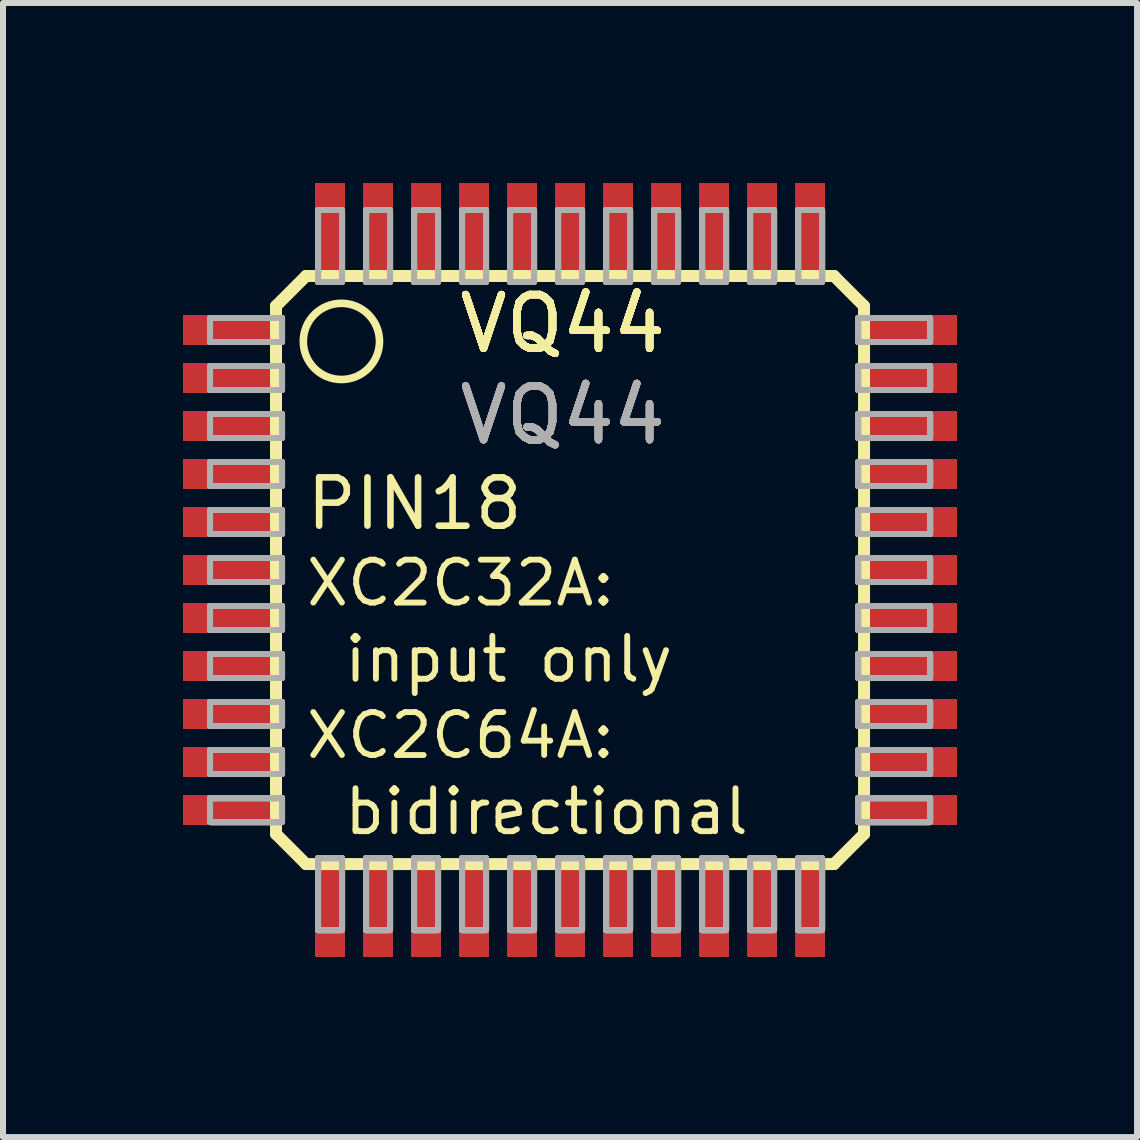
<source format=kicad_pcb>
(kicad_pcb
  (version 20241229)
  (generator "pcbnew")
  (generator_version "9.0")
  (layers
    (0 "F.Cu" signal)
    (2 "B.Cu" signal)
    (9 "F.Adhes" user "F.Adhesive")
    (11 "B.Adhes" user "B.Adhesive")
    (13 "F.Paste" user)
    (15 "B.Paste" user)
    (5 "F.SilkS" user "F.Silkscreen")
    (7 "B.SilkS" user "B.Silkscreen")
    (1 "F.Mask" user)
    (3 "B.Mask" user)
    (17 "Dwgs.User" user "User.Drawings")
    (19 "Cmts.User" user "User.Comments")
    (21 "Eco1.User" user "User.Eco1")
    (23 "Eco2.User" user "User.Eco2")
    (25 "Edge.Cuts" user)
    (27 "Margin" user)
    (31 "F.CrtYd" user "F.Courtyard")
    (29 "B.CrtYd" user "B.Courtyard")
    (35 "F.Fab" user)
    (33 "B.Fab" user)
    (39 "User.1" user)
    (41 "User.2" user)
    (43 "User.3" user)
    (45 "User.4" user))
  (footprint "VQ44"
    (layer "F.Cu")
    (at 6.45 6.45)
    (property "Reference" "VQ44" (at -1.905 -3.581 0) (layer "F.SilkS") (effects (font (size 0.894 0.894) (thickness 0.122)) (justify left bottom)))
    (property "Value" "VQ44" (at -1.905 -2.057 0) (layer "F.Fab") (hide yes) (effects (font (size 0.894 0.894) (thickness 0.122)) (justify left bottom)))
    (fp_line (start -4.9 -4.4) (end -4.4 -4.9) (stroke (width 0.2) (type solid)) (layer "F.SilkS"))
    (fp_line (start -4.9 4.4) (end -4.9 -4.4) (stroke (width 0.2) (type solid)) (layer "F.SilkS"))
    (fp_line (start -4.4 -4.9) (end 4.4 -4.9) (stroke (width 0.2) (type solid)) (layer "F.SilkS"))
    (fp_line (start -4.4 4.9) (end -4.9 4.4) (stroke (width 0.2) (type solid)) (layer "F.SilkS"))
    (fp_line (start 4.4 -4.9) (end 4.9 -4.4) (stroke (width 0.2) (type solid)) (layer "F.SilkS"))
    (fp_line (start 4.4 4.9) (end -4.4 4.9) (stroke (width 0.2) (type solid)) (layer "F.SilkS"))
    (fp_line (start 4.9 -4.4) (end 4.9 4.4) (stroke (width 0.2) (type solid)) (layer "F.SilkS"))
    (fp_line (start 4.9 4.4) (end 4.4 4.9) (stroke (width 0.2) (type solid)) (layer "F.SilkS"))
    (fp_circle (center -3.81 -3.81) (end -3.175 -3.81) (stroke (width 0.127) (type solid)) (fill no) (layer "F.SilkS"))
    (fp_poly (pts (xy -6 -3.8) (xy -4.8 -3.8) (xy -4.8 -4.2) (xy -6 -4.2)) (stroke (width 0.1) (type default)) (fill no) (layer "F.Fab"))
    (fp_poly (pts (xy -6 -3.8) (xy -4.8 -3.8) (xy -4.8 -4.2) (xy -6 -4.2)) (stroke (width 0.1) (type default)) (fill no) (layer "F.Fab"))
    (fp_poly (pts (xy -6 -3.8) (xy -4.8 -3.8) (xy -4.8 -4.2) (xy -6 -4.2)) (stroke (width 0.1) (type default)) (fill no) (layer "F.Fab"))
    (fp_poly (pts (xy -6 -3.8) (xy -4.8 -3.8) (xy -4.8 -4.2) (xy -6 -4.2)) (stroke (width 0.1) (type default)) (fill no) (layer "F.Fab"))
    (fp_poly (pts (xy -6 -3.8) (xy -4.8 -3.8) (xy -4.8 -4.2) (xy -6 -4.2)) (stroke (width 0.1) (type default)) (fill no) (layer "F.Fab"))
    (fp_poly (pts (xy -6 -3.8) (xy -4.8 -3.8) (xy -4.8 -4.2) (xy -6 -4.2)) (stroke (width 0.1) (type default)) (fill no) (layer "F.Fab"))
    (fp_poly (pts (xy -6 -3.8) (xy -4.8 -3.8) (xy -4.8 -4.2) (xy -6 -4.2)) (stroke (width 0.1) (type default)) (fill no) (layer "F.Fab"))
    (fp_poly (pts (xy -6 -3.8) (xy -4.8 -3.8) (xy -4.8 -4.2) (xy -6 -4.2)) (stroke (width 0.1) (type default)) (fill no) (layer "F.Fab"))
    (fp_poly (pts (xy -6 -3.8) (xy -4.8 -3.8) (xy -4.8 -4.2) (xy -6 -4.2)) (stroke (width 0.1) (type default)) (fill no) (layer "F.Fab"))
    (fp_poly (pts (xy -6 -3.8) (xy -4.8 -3.8) (xy -4.8 -4.2) (xy -6 -4.2)) (stroke (width 0.1) (type default)) (fill no) (layer "F.Fab"))
    (fp_poly (pts (xy -6 -3.8) (xy -4.8 -3.8) (xy -4.8 -4.2) (xy -6 -4.2)) (stroke (width 0.1) (type default)) (fill no) (layer "F.Fab"))
    (fp_poly (pts (xy -6 -3) (xy -4.8 -3) (xy -4.8 -3.4) (xy -6 -3.4)) (stroke (width 0.1) (type default)) (fill no) (layer "F.Fab"))
    (fp_poly (pts (xy -6 -3) (xy -4.8 -3) (xy -4.8 -3.4) (xy -6 -3.4)) (stroke (width 0.1) (type default)) (fill no) (layer "F.Fab"))
    (fp_poly (pts (xy -6 -3) (xy -4.8 -3) (xy -4.8 -3.4) (xy -6 -3.4)) (stroke (width 0.1) (type default)) (fill no) (layer "F.Fab"))
    (fp_poly (pts (xy -6 -3) (xy -4.8 -3) (xy -4.8 -3.4) (xy -6 -3.4)) (stroke (width 0.1) (type default)) (fill no) (layer "F.Fab"))
    (fp_poly (pts (xy -6 -3) (xy -4.8 -3) (xy -4.8 -3.4) (xy -6 -3.4)) (stroke (width 0.1) (type default)) (fill no) (layer "F.Fab"))
    (fp_poly (pts (xy -6 -3) (xy -4.8 -3) (xy -4.8 -3.4) (xy -6 -3.4)) (stroke (width 0.1) (type default)) (fill no) (layer "F.Fab"))
    (fp_poly (pts (xy -6 -3) (xy -4.8 -3) (xy -4.8 -3.4) (xy -6 -3.4)) (stroke (width 0.1) (type default)) (fill no) (layer "F.Fab"))
    (fp_poly (pts (xy -6 -3) (xy -4.8 -3) (xy -4.8 -3.4) (xy -6 -3.4)) (stroke (width 0.1) (type default)) (fill no) (layer "F.Fab"))
    (fp_poly (pts (xy -6 -3) (xy -4.8 -3) (xy -4.8 -3.4) (xy -6 -3.4)) (stroke (width 0.1) (type default)) (fill no) (layer "F.Fab"))
    (fp_poly (pts (xy -6 -3) (xy -4.8 -3) (xy -4.8 -3.4) (xy -6 -3.4)) (stroke (width 0.1) (type default)) (fill no) (layer "F.Fab"))
    (fp_poly (pts (xy -6 -3) (xy -4.8 -3) (xy -4.8 -3.4) (xy -6 -3.4)) (stroke (width 0.1) (type default)) (fill no) (layer "F.Fab"))
    (fp_poly (pts (xy -6 -2.2) (xy -4.8 -2.2) (xy -4.8 -2.6) (xy -6 -2.6)) (stroke (width 0.1) (type default)) (fill no) (layer "F.Fab"))
    (fp_poly (pts (xy -6 -2.2) (xy -4.8 -2.2) (xy -4.8 -2.6) (xy -6 -2.6)) (stroke (width 0.1) (type default)) (fill no) (layer "F.Fab"))
    (fp_poly (pts (xy -6 -2.2) (xy -4.8 -2.2) (xy -4.8 -2.6) (xy -6 -2.6)) (stroke (width 0.1) (type default)) (fill no) (layer "F.Fab"))
    (fp_poly (pts (xy -6 -2.2) (xy -4.8 -2.2) (xy -4.8 -2.6) (xy -6 -2.6)) (stroke (width 0.1) (type default)) (fill no) (layer "F.Fab"))
    (fp_poly (pts (xy -6 -2.2) (xy -4.8 -2.2) (xy -4.8 -2.6) (xy -6 -2.6)) (stroke (width 0.1) (type default)) (fill no) (layer "F.Fab"))
    (fp_poly (pts (xy -6 -2.2) (xy -4.8 -2.2) (xy -4.8 -2.6) (xy -6 -2.6)) (stroke (width 0.1) (type default)) (fill no) (layer "F.Fab"))
    (fp_poly (pts (xy -6 -2.2) (xy -4.8 -2.2) (xy -4.8 -2.6) (xy -6 -2.6)) (stroke (width 0.1) (type default)) (fill no) (layer "F.Fab"))
    (fp_poly (pts (xy -6 -2.2) (xy -4.8 -2.2) (xy -4.8 -2.6) (xy -6 -2.6)) (stroke (width 0.1) (type default)) (fill no) (layer "F.Fab"))
    (fp_poly (pts (xy -6 -2.2) (xy -4.8 -2.2) (xy -4.8 -2.6) (xy -6 -2.6)) (stroke (width 0.1) (type default)) (fill no) (layer "F.Fab"))
    (fp_poly (pts (xy -6 -2.2) (xy -4.8 -2.2) (xy -4.8 -2.6) (xy -6 -2.6)) (stroke (width 0.1) (type default)) (fill no) (layer "F.Fab"))
    (fp_poly (pts (xy -6 -2.2) (xy -4.8 -2.2) (xy -4.8 -2.6) (xy -6 -2.6)) (stroke (width 0.1) (type default)) (fill no) (layer "F.Fab"))
    (fp_poly (pts (xy -6 -1.4) (xy -4.8 -1.4) (xy -4.8 -1.8) (xy -6 -1.8)) (stroke (width 0.1) (type default)) (fill no) (layer "F.Fab"))
    (fp_poly (pts (xy -6 -1.4) (xy -4.8 -1.4) (xy -4.8 -1.8) (xy -6 -1.8)) (stroke (width 0.1) (type default)) (fill no) (layer "F.Fab"))
    (fp_poly (pts (xy -6 -1.4) (xy -4.8 -1.4) (xy -4.8 -1.8) (xy -6 -1.8)) (stroke (width 0.1) (type default)) (fill no) (layer "F.Fab"))
    (fp_poly (pts (xy -6 -1.4) (xy -4.8 -1.4) (xy -4.8 -1.8) (xy -6 -1.8)) (stroke (width 0.1) (type default)) (fill no) (layer "F.Fab"))
    (fp_poly (pts (xy -6 -1.4) (xy -4.8 -1.4) (xy -4.8 -1.8) (xy -6 -1.8)) (stroke (width 0.1) (type default)) (fill no) (layer "F.Fab"))
    (fp_poly (pts (xy -6 -1.4) (xy -4.8 -1.4) (xy -4.8 -1.8) (xy -6 -1.8)) (stroke (width 0.1) (type default)) (fill no) (layer "F.Fab"))
    (fp_poly (pts (xy -6 -1.4) (xy -4.8 -1.4) (xy -4.8 -1.8) (xy -6 -1.8)) (stroke (width 0.1) (type default)) (fill no) (layer "F.Fab"))
    (fp_poly (pts (xy -6 -1.4) (xy -4.8 -1.4) (xy -4.8 -1.8) (xy -6 -1.8)) (stroke (width 0.1) (type default)) (fill no) (layer "F.Fab"))
    (fp_poly (pts (xy -6 -1.4) (xy -4.8 -1.4) (xy -4.8 -1.8) (xy -6 -1.8)) (stroke (width 0.1) (type default)) (fill no) (layer "F.Fab"))
    (fp_poly (pts (xy -6 -1.4) (xy -4.8 -1.4) (xy -4.8 -1.8) (xy -6 -1.8)) (stroke (width 0.1) (type default)) (fill no) (layer "F.Fab"))
    (fp_poly (pts (xy -6 -1.4) (xy -4.8 -1.4) (xy -4.8 -1.8) (xy -6 -1.8)) (stroke (width 0.1) (type default)) (fill no) (layer "F.Fab"))
    (fp_poly (pts (xy -6 -0.6) (xy -4.8 -0.6) (xy -4.8 -1) (xy -6 -1)) (stroke (width 0.1) (type default)) (fill no) (layer "F.Fab"))
    (fp_poly (pts (xy -6 -0.6) (xy -4.8 -0.6) (xy -4.8 -1) (xy -6 -1)) (stroke (width 0.1) (type default)) (fill no) (layer "F.Fab"))
    (fp_poly (pts (xy -6 -0.6) (xy -4.8 -0.6) (xy -4.8 -1) (xy -6 -1)) (stroke (width 0.1) (type default)) (fill no) (layer "F.Fab"))
    (fp_poly (pts (xy -6 -0.6) (xy -4.8 -0.6) (xy -4.8 -1) (xy -6 -1)) (stroke (width 0.1) (type default)) (fill no) (layer "F.Fab"))
    (fp_poly (pts (xy -6 -0.6) (xy -4.8 -0.6) (xy -4.8 -1) (xy -6 -1)) (stroke (width 0.1) (type default)) (fill no) (layer "F.Fab"))
    (fp_poly (pts (xy -6 -0.6) (xy -4.8 -0.6) (xy -4.8 -1) (xy -6 -1)) (stroke (width 0.1) (type default)) (fill no) (layer "F.Fab"))
    (fp_poly (pts (xy -6 -0.6) (xy -4.8 -0.6) (xy -4.8 -1) (xy -6 -1)) (stroke (width 0.1) (type default)) (fill no) (layer "F.Fab"))
    (fp_poly (pts (xy -6 -0.6) (xy -4.8 -0.6) (xy -4.8 -1) (xy -6 -1)) (stroke (width 0.1) (type default)) (fill no) (layer "F.Fab"))
    (fp_poly (pts (xy -6 -0.6) (xy -4.8 -0.6) (xy -4.8 -1) (xy -6 -1)) (stroke (width 0.1) (type default)) (fill no) (layer "F.Fab"))
    (fp_poly (pts (xy -6 -0.6) (xy -4.8 -0.6) (xy -4.8 -1) (xy -6 -1)) (stroke (width 0.1) (type default)) (fill no) (layer "F.Fab"))
    (fp_poly (pts (xy -6 -0.6) (xy -4.8 -0.6) (xy -4.8 -1) (xy -6 -1)) (stroke (width 0.1) (type default)) (fill no) (layer "F.Fab"))
    (fp_poly (pts (xy -6 0.2) (xy -4.8 0.2) (xy -4.8 -0.2) (xy -6 -0.2)) (stroke (width 0.1) (type default)) (fill no) (layer "F.Fab"))
    (fp_poly (pts (xy -6 0.2) (xy -4.8 0.2) (xy -4.8 -0.2) (xy -6 -0.2)) (stroke (width 0.1) (type default)) (fill no) (layer "F.Fab"))
    (fp_poly (pts (xy -6 0.2) (xy -4.8 0.2) (xy -4.8 -0.2) (xy -6 -0.2)) (stroke (width 0.1) (type default)) (fill no) (layer "F.Fab"))
    (fp_poly (pts (xy -6 0.2) (xy -4.8 0.2) (xy -4.8 -0.2) (xy -6 -0.2)) (stroke (width 0.1) (type default)) (fill no) (layer "F.Fab"))
    (fp_poly (pts (xy -6 0.2) (xy -4.8 0.2) (xy -4.8 -0.2) (xy -6 -0.2)) (stroke (width 0.1) (type default)) (fill no) (layer "F.Fab"))
    (fp_poly (pts (xy -6 0.2) (xy -4.8 0.2) (xy -4.8 -0.2) (xy -6 -0.2)) (stroke (width 0.1) (type default)) (fill no) (layer "F.Fab"))
    (fp_poly (pts (xy -6 0.2) (xy -4.8 0.2) (xy -4.8 -0.2) (xy -6 -0.2)) (stroke (width 0.1) (type default)) (fill no) (layer "F.Fab"))
    (fp_poly (pts (xy -6 0.2) (xy -4.8 0.2) (xy -4.8 -0.2) (xy -6 -0.2)) (stroke (width 0.1) (type default)) (fill no) (layer "F.Fab"))
    (fp_poly (pts (xy -6 0.2) (xy -4.8 0.2) (xy -4.8 -0.2) (xy -6 -0.2)) (stroke (width 0.1) (type default)) (fill no) (layer "F.Fab"))
    (fp_poly (pts (xy -6 0.2) (xy -4.8 0.2) (xy -4.8 -0.2) (xy -6 -0.2)) (stroke (width 0.1) (type default)) (fill no) (layer "F.Fab"))
    (fp_poly (pts (xy -6 0.2) (xy -4.8 0.2) (xy -4.8 -0.2) (xy -6 -0.2)) (stroke (width 0.1) (type default)) (fill no) (layer "F.Fab"))
    (fp_poly (pts (xy -6 1) (xy -4.8 1) (xy -4.8 0.6) (xy -6 0.6)) (stroke (width 0.1) (type default)) (fill no) (layer "F.Fab"))
    (fp_poly (pts (xy -6 1) (xy -4.8 1) (xy -4.8 0.6) (xy -6 0.6)) (stroke (width 0.1) (type default)) (fill no) (layer "F.Fab"))
    (fp_poly (pts (xy -6 1) (xy -4.8 1) (xy -4.8 0.6) (xy -6 0.6)) (stroke (width 0.1) (type default)) (fill no) (layer "F.Fab"))
    (fp_poly (pts (xy -6 1) (xy -4.8 1) (xy -4.8 0.6) (xy -6 0.6)) (stroke (width 0.1) (type default)) (fill no) (layer "F.Fab"))
    (fp_poly (pts (xy -6 1) (xy -4.8 1) (xy -4.8 0.6) (xy -6 0.6)) (stroke (width 0.1) (type default)) (fill no) (layer "F.Fab"))
    (fp_poly (pts (xy -6 1) (xy -4.8 1) (xy -4.8 0.6) (xy -6 0.6)) (stroke (width 0.1) (type default)) (fill no) (layer "F.Fab"))
    (fp_poly (pts (xy -6 1) (xy -4.8 1) (xy -4.8 0.6) (xy -6 0.6)) (stroke (width 0.1) (type default)) (fill no) (layer "F.Fab"))
    (fp_poly (pts (xy -6 1) (xy -4.8 1) (xy -4.8 0.6) (xy -6 0.6)) (stroke (width 0.1) (type default)) (fill no) (layer "F.Fab"))
    (fp_poly (pts (xy -6 1) (xy -4.8 1) (xy -4.8 0.6) (xy -6 0.6)) (stroke (width 0.1) (type default)) (fill no) (layer "F.Fab"))
    (fp_poly (pts (xy -6 1) (xy -4.8 1) (xy -4.8 0.6) (xy -6 0.6)) (stroke (width 0.1) (type default)) (fill no) (layer "F.Fab"))
    (fp_poly (pts (xy -6 1) (xy -4.8 1) (xy -4.8 0.6) (xy -6 0.6)) (stroke (width 0.1) (type default)) (fill no) (layer "F.Fab"))
    (fp_poly (pts (xy -6 1.8) (xy -4.8 1.8) (xy -4.8 1.4) (xy -6 1.4)) (stroke (width 0.1) (type default)) (fill no) (layer "F.Fab"))
    (fp_poly (pts (xy -6 1.8) (xy -4.8 1.8) (xy -4.8 1.4) (xy -6 1.4)) (stroke (width 0.1) (type default)) (fill no) (layer "F.Fab"))
    (fp_poly (pts (xy -6 1.8) (xy -4.8 1.8) (xy -4.8 1.4) (xy -6 1.4)) (stroke (width 0.1) (type default)) (fill no) (layer "F.Fab"))
    (fp_poly (pts (xy -6 1.8) (xy -4.8 1.8) (xy -4.8 1.4) (xy -6 1.4)) (stroke (width 0.1) (type default)) (fill no) (layer "F.Fab"))
    (fp_poly (pts (xy -6 1.8) (xy -4.8 1.8) (xy -4.8 1.4) (xy -6 1.4)) (stroke (width 0.1) (type default)) (fill no) (layer "F.Fab"))
    (fp_poly (pts (xy -6 1.8) (xy -4.8 1.8) (xy -4.8 1.4) (xy -6 1.4)) (stroke (width 0.1) (type default)) (fill no) (layer "F.Fab"))
    (fp_poly (pts (xy -6 1.8) (xy -4.8 1.8) (xy -4.8 1.4) (xy -6 1.4)) (stroke (width 0.1) (type default)) (fill no) (layer "F.Fab"))
    (fp_poly (pts (xy -6 1.8) (xy -4.8 1.8) (xy -4.8 1.4) (xy -6 1.4)) (stroke (width 0.1) (type default)) (fill no) (layer "F.Fab"))
    (fp_poly (pts (xy -6 1.8) (xy -4.8 1.8) (xy -4.8 1.4) (xy -6 1.4)) (stroke (width 0.1) (type default)) (fill no) (layer "F.Fab"))
    (fp_poly (pts (xy -6 1.8) (xy -4.8 1.8) (xy -4.8 1.4) (xy -6 1.4)) (stroke (width 0.1) (type default)) (fill no) (layer "F.Fab"))
    (fp_poly (pts (xy -6 1.8) (xy -4.8 1.8) (xy -4.8 1.4) (xy -6 1.4)) (stroke (width 0.1) (type default)) (fill no) (layer "F.Fab"))
    (fp_poly (pts (xy -6 2.6) (xy -4.8 2.6) (xy -4.8 2.2) (xy -6 2.2)) (stroke (width 0.1) (type default)) (fill no) (layer "F.Fab"))
    (fp_poly (pts (xy -6 2.6) (xy -4.8 2.6) (xy -4.8 2.2) (xy -6 2.2)) (stroke (width 0.1) (type default)) (fill no) (layer "F.Fab"))
    (fp_poly (pts (xy -6 2.6) (xy -4.8 2.6) (xy -4.8 2.2) (xy -6 2.2)) (stroke (width 0.1) (type default)) (fill no) (layer "F.Fab"))
    (fp_poly (pts (xy -6 2.6) (xy -4.8 2.6) (xy -4.8 2.2) (xy -6 2.2)) (stroke (width 0.1) (type default)) (fill no) (layer "F.Fab"))
    (fp_poly (pts (xy -6 2.6) (xy -4.8 2.6) (xy -4.8 2.2) (xy -6 2.2)) (stroke (width 0.1) (type default)) (fill no) (layer "F.Fab"))
    (fp_poly (pts (xy -6 2.6) (xy -4.8 2.6) (xy -4.8 2.2) (xy -6 2.2)) (stroke (width 0.1) (type default)) (fill no) (layer "F.Fab"))
    (fp_poly (pts (xy -6 2.6) (xy -4.8 2.6) (xy -4.8 2.2) (xy -6 2.2)) (stroke (width 0.1) (type default)) (fill no) (layer "F.Fab"))
    (fp_poly (pts (xy -6 2.6) (xy -4.8 2.6) (xy -4.8 2.2) (xy -6 2.2)) (stroke (width 0.1) (type default)) (fill no) (layer "F.Fab"))
    (fp_poly (pts (xy -6 2.6) (xy -4.8 2.6) (xy -4.8 2.2) (xy -6 2.2)) (stroke (width 0.1) (type default)) (fill no) (layer "F.Fab"))
    (fp_poly (pts (xy -6 2.6) (xy -4.8 2.6) (xy -4.8 2.2) (xy -6 2.2)) (stroke (width 0.1) (type default)) (fill no) (layer "F.Fab"))
    (fp_poly (pts (xy -6 2.6) (xy -4.8 2.6) (xy -4.8 2.2) (xy -6 2.2)) (stroke (width 0.1) (type default)) (fill no) (layer "F.Fab"))
    (fp_poly (pts (xy -6 3.4) (xy -4.8 3.4) (xy -4.8 3) (xy -6 3)) (stroke (width 0.1) (type default)) (fill no) (layer "F.Fab"))
    (fp_poly (pts (xy -6 3.4) (xy -4.8 3.4) (xy -4.8 3) (xy -6 3)) (stroke (width 0.1) (type default)) (fill no) (layer "F.Fab"))
    (fp_poly (pts (xy -6 3.4) (xy -4.8 3.4) (xy -4.8 3) (xy -6 3)) (stroke (width 0.1) (type default)) (fill no) (layer "F.Fab"))
    (fp_poly (pts (xy -6 3.4) (xy -4.8 3.4) (xy -4.8 3) (xy -6 3)) (stroke (width 0.1) (type default)) (fill no) (layer "F.Fab"))
    (fp_poly (pts (xy -6 3.4) (xy -4.8 3.4) (xy -4.8 3) (xy -6 3)) (stroke (width 0.1) (type default)) (fill no) (layer "F.Fab"))
    (fp_poly (pts (xy -6 3.4) (xy -4.8 3.4) (xy -4.8 3) (xy -6 3)) (stroke (width 0.1) (type default)) (fill no) (layer "F.Fab"))
    (fp_poly (pts (xy -6 3.4) (xy -4.8 3.4) (xy -4.8 3) (xy -6 3)) (stroke (width 0.1) (type default)) (fill no) (layer "F.Fab"))
    (fp_poly (pts (xy -6 3.4) (xy -4.8 3.4) (xy -4.8 3) (xy -6 3)) (stroke (width 0.1) (type default)) (fill no) (layer "F.Fab"))
    (fp_poly (pts (xy -6 3.4) (xy -4.8 3.4) (xy -4.8 3) (xy -6 3)) (stroke (width 0.1) (type default)) (fill no) (layer "F.Fab"))
    (fp_poly (pts (xy -6 3.4) (xy -4.8 3.4) (xy -4.8 3) (xy -6 3)) (stroke (width 0.1) (type default)) (fill no) (layer "F.Fab"))
    (fp_poly (pts (xy -6 3.4) (xy -4.8 3.4) (xy -4.8 3) (xy -6 3)) (stroke (width 0.1) (type default)) (fill no) (layer "F.Fab"))
    (fp_poly (pts (xy -6 4.2) (xy -4.8 4.2) (xy -4.8 3.8) (xy -6 3.8)) (stroke (width 0.1) (type default)) (fill no) (layer "F.Fab"))
    (fp_poly (pts (xy -6 4.2) (xy -4.8 4.2) (xy -4.8 3.8) (xy -6 3.8)) (stroke (width 0.1) (type default)) (fill no) (layer "F.Fab"))
    (fp_poly (pts (xy -6 4.2) (xy -4.8 4.2) (xy -4.8 3.8) (xy -6 3.8)) (stroke (width 0.1) (type default)) (fill no) (layer "F.Fab"))
    (fp_poly (pts (xy -6 4.2) (xy -4.8 4.2) (xy -4.8 3.8) (xy -6 3.8)) (stroke (width 0.1) (type default)) (fill no) (layer "F.Fab"))
    (fp_poly (pts (xy -6 4.2) (xy -4.8 4.2) (xy -4.8 3.8) (xy -6 3.8)) (stroke (width 0.1) (type default)) (fill no) (layer "F.Fab"))
    (fp_poly (pts (xy -6 4.2) (xy -4.8 4.2) (xy -4.8 3.8) (xy -6 3.8)) (stroke (width 0.1) (type default)) (fill no) (layer "F.Fab"))
    (fp_poly (pts (xy -6 4.2) (xy -4.8 4.2) (xy -4.8 3.8) (xy -6 3.8)) (stroke (width 0.1) (type default)) (fill no) (layer "F.Fab"))
    (fp_poly (pts (xy -6 4.2) (xy -4.8 4.2) (xy -4.8 3.8) (xy -6 3.8)) (stroke (width 0.1) (type default)) (fill no) (layer "F.Fab"))
    (fp_poly (pts (xy -6 4.2) (xy -4.8 4.2) (xy -4.8 3.8) (xy -6 3.8)) (stroke (width 0.1) (type default)) (fill no) (layer "F.Fab"))
    (fp_poly (pts (xy -6 4.2) (xy -4.8 4.2) (xy -4.8 3.8) (xy -6 3.8)) (stroke (width 0.1) (type default)) (fill no) (layer "F.Fab"))
    (fp_poly (pts (xy -6 4.2) (xy -4.8 4.2) (xy -4.8 3.8) (xy -6 3.8)) (stroke (width 0.1) (type default)) (fill no) (layer "F.Fab"))
    (fp_poly (pts (xy -3.8 -4.8) (xy -3.8 -6) (xy -4.2 -6) (xy -4.2 -4.8)) (stroke (width 0.1) (type default)) (fill no) (layer "F.Fab"))
    (fp_poly (pts (xy -3.8 -4.8) (xy -3.8 -6) (xy -4.2 -6) (xy -4.2 -4.8)) (stroke (width 0.1) (type default)) (fill no) (layer "F.Fab"))
    (fp_poly (pts (xy -3.8 -4.8) (xy -3.8 -6) (xy -4.2 -6) (xy -4.2 -4.8)) (stroke (width 0.1) (type default)) (fill no) (layer "F.Fab"))
    (fp_poly (pts (xy -3.8 -4.8) (xy -3.8 -6) (xy -4.2 -6) (xy -4.2 -4.8)) (stroke (width 0.1) (type default)) (fill no) (layer "F.Fab"))
    (fp_poly (pts (xy -3.8 -4.8) (xy -3.8 -6) (xy -4.2 -6) (xy -4.2 -4.8)) (stroke (width 0.1) (type default)) (fill no) (layer "F.Fab"))
    (fp_poly (pts (xy -3.8 -4.8) (xy -3.8 -6) (xy -4.2 -6) (xy -4.2 -4.8)) (stroke (width 0.1) (type default)) (fill no) (layer "F.Fab"))
    (fp_poly (pts (xy -3.8 -4.8) (xy -3.8 -6) (xy -4.2 -6) (xy -4.2 -4.8)) (stroke (width 0.1) (type default)) (fill no) (layer "F.Fab"))
    (fp_poly (pts (xy -3.8 -4.8) (xy -3.8 -6) (xy -4.2 -6) (xy -4.2 -4.8)) (stroke (width 0.1) (type default)) (fill no) (layer "F.Fab"))
    (fp_poly (pts (xy -3.8 -4.8) (xy -3.8 -6) (xy -4.2 -6) (xy -4.2 -4.8)) (stroke (width 0.1) (type default)) (fill no) (layer "F.Fab"))
    (fp_poly (pts (xy -3.8 -4.8) (xy -3.8 -6) (xy -4.2 -6) (xy -4.2 -4.8)) (stroke (width 0.1) (type default)) (fill no) (layer "F.Fab"))
    (fp_poly (pts (xy -3.8 -4.8) (xy -3.8 -6) (xy -4.2 -6) (xy -4.2 -4.8)) (stroke (width 0.1) (type default)) (fill no) (layer "F.Fab"))
    (fp_poly (pts (xy -3.8 6) (xy -3.8 4.8) (xy -4.2 4.8) (xy -4.2 6)) (stroke (width 0.1) (type default)) (fill no) (layer "F.Fab"))
    (fp_poly (pts (xy -3.8 6) (xy -3.8 4.8) (xy -4.2 4.8) (xy -4.2 6)) (stroke (width 0.1) (type default)) (fill no) (layer "F.Fab"))
    (fp_poly (pts (xy -3.8 6) (xy -3.8 4.8) (xy -4.2 4.8) (xy -4.2 6)) (stroke (width 0.1) (type default)) (fill no) (layer "F.Fab"))
    (fp_poly (pts (xy -3.8 6) (xy -3.8 4.8) (xy -4.2 4.8) (xy -4.2 6)) (stroke (width 0.1) (type default)) (fill no) (layer "F.Fab"))
    (fp_poly (pts (xy -3.8 6) (xy -3.8 4.8) (xy -4.2 4.8) (xy -4.2 6)) (stroke (width 0.1) (type default)) (fill no) (layer "F.Fab"))
    (fp_poly (pts (xy -3.8 6) (xy -3.8 4.8) (xy -4.2 4.8) (xy -4.2 6)) (stroke (width 0.1) (type default)) (fill no) (layer "F.Fab"))
    (fp_poly (pts (xy -3.8 6) (xy -3.8 4.8) (xy -4.2 4.8) (xy -4.2 6)) (stroke (width 0.1) (type default)) (fill no) (layer "F.Fab"))
    (fp_poly (pts (xy -3.8 6) (xy -3.8 4.8) (xy -4.2 4.8) (xy -4.2 6)) (stroke (width 0.1) (type default)) (fill no) (layer "F.Fab"))
    (fp_poly (pts (xy -3.8 6) (xy -3.8 4.8) (xy -4.2 4.8) (xy -4.2 6)) (stroke (width 0.1) (type default)) (fill no) (layer "F.Fab"))
    (fp_poly (pts (xy -3.8 6) (xy -3.8 4.8) (xy -4.2 4.8) (xy -4.2 6)) (stroke (width 0.1) (type default)) (fill no) (layer "F.Fab"))
    (fp_poly (pts (xy -3.8 6) (xy -3.8 4.8) (xy -4.2 4.8) (xy -4.2 6)) (stroke (width 0.1) (type default)) (fill no) (layer "F.Fab"))
    (fp_poly (pts (xy -3 -4.8) (xy -3 -6) (xy -3.4 -6) (xy -3.4 -4.8)) (stroke (width 0.1) (type default)) (fill no) (layer "F.Fab"))
    (fp_poly (pts (xy -3 -4.8) (xy -3 -6) (xy -3.4 -6) (xy -3.4 -4.8)) (stroke (width 0.1) (type default)) (fill no) (layer "F.Fab"))
    (fp_poly (pts (xy -3 -4.8) (xy -3 -6) (xy -3.4 -6) (xy -3.4 -4.8)) (stroke (width 0.1) (type default)) (fill no) (layer "F.Fab"))
    (fp_poly (pts (xy -3 -4.8) (xy -3 -6) (xy -3.4 -6) (xy -3.4 -4.8)) (stroke (width 0.1) (type default)) (fill no) (layer "F.Fab"))
    (fp_poly (pts (xy -3 -4.8) (xy -3 -6) (xy -3.4 -6) (xy -3.4 -4.8)) (stroke (width 0.1) (type default)) (fill no) (layer "F.Fab"))
    (fp_poly (pts (xy -3 -4.8) (xy -3 -6) (xy -3.4 -6) (xy -3.4 -4.8)) (stroke (width 0.1) (type default)) (fill no) (layer "F.Fab"))
    (fp_poly (pts (xy -3 -4.8) (xy -3 -6) (xy -3.4 -6) (xy -3.4 -4.8)) (stroke (width 0.1) (type default)) (fill no) (layer "F.Fab"))
    (fp_poly (pts (xy -3 -4.8) (xy -3 -6) (xy -3.4 -6) (xy -3.4 -4.8)) (stroke (width 0.1) (type default)) (fill no) (layer "F.Fab"))
    (fp_poly (pts (xy -3 -4.8) (xy -3 -6) (xy -3.4 -6) (xy -3.4 -4.8)) (stroke (width 0.1) (type default)) (fill no) (layer "F.Fab"))
    (fp_poly (pts (xy -3 -4.8) (xy -3 -6) (xy -3.4 -6) (xy -3.4 -4.8)) (stroke (width 0.1) (type default)) (fill no) (layer "F.Fab"))
    (fp_poly (pts (xy -3 -4.8) (xy -3 -6) (xy -3.4 -6) (xy -3.4 -4.8)) (stroke (width 0.1) (type default)) (fill no) (layer "F.Fab"))
    (fp_poly (pts (xy -3 6) (xy -3 4.8) (xy -3.4 4.8) (xy -3.4 6)) (stroke (width 0.1) (type default)) (fill no) (layer "F.Fab"))
    (fp_poly (pts (xy -3 6) (xy -3 4.8) (xy -3.4 4.8) (xy -3.4 6)) (stroke (width 0.1) (type default)) (fill no) (layer "F.Fab"))
    (fp_poly (pts (xy -3 6) (xy -3 4.8) (xy -3.4 4.8) (xy -3.4 6)) (stroke (width 0.1) (type default)) (fill no) (layer "F.Fab"))
    (fp_poly (pts (xy -3 6) (xy -3 4.8) (xy -3.4 4.8) (xy -3.4 6)) (stroke (width 0.1) (type default)) (fill no) (layer "F.Fab"))
    (fp_poly (pts (xy -3 6) (xy -3 4.8) (xy -3.4 4.8) (xy -3.4 6)) (stroke (width 0.1) (type default)) (fill no) (layer "F.Fab"))
    (fp_poly (pts (xy -3 6) (xy -3 4.8) (xy -3.4 4.8) (xy -3.4 6)) (stroke (width 0.1) (type default)) (fill no) (layer "F.Fab"))
    (fp_poly (pts (xy -3 6) (xy -3 4.8) (xy -3.4 4.8) (xy -3.4 6)) (stroke (width 0.1) (type default)) (fill no) (layer "F.Fab"))
    (fp_poly (pts (xy -3 6) (xy -3 4.8) (xy -3.4 4.8) (xy -3.4 6)) (stroke (width 0.1) (type default)) (fill no) (layer "F.Fab"))
    (fp_poly (pts (xy -3 6) (xy -3 4.8) (xy -3.4 4.8) (xy -3.4 6)) (stroke (width 0.1) (type default)) (fill no) (layer "F.Fab"))
    (fp_poly (pts (xy -3 6) (xy -3 4.8) (xy -3.4 4.8) (xy -3.4 6)) (stroke (width 0.1) (type default)) (fill no) (layer "F.Fab"))
    (fp_poly (pts (xy -3 6) (xy -3 4.8) (xy -3.4 4.8) (xy -3.4 6)) (stroke (width 0.1) (type default)) (fill no) (layer "F.Fab"))
    (fp_poly (pts (xy -2.2 -4.8) (xy -2.2 -6) (xy -2.6 -6) (xy -2.6 -4.8)) (stroke (width 0.1) (type default)) (fill no) (layer "F.Fab"))
    (fp_poly (pts (xy -2.2 -4.8) (xy -2.2 -6) (xy -2.6 -6) (xy -2.6 -4.8)) (stroke (width 0.1) (type default)) (fill no) (layer "F.Fab"))
    (fp_poly (pts (xy -2.2 -4.8) (xy -2.2 -6) (xy -2.6 -6) (xy -2.6 -4.8)) (stroke (width 0.1) (type default)) (fill no) (layer "F.Fab"))
    (fp_poly (pts (xy -2.2 -4.8) (xy -2.2 -6) (xy -2.6 -6) (xy -2.6 -4.8)) (stroke (width 0.1) (type default)) (fill no) (layer "F.Fab"))
    (fp_poly (pts (xy -2.2 -4.8) (xy -2.2 -6) (xy -2.6 -6) (xy -2.6 -4.8)) (stroke (width 0.1) (type default)) (fill no) (layer "F.Fab"))
    (fp_poly (pts (xy -2.2 -4.8) (xy -2.2 -6) (xy -2.6 -6) (xy -2.6 -4.8)) (stroke (width 0.1) (type default)) (fill no) (layer "F.Fab"))
    (fp_poly (pts (xy -2.2 -4.8) (xy -2.2 -6) (xy -2.6 -6) (xy -2.6 -4.8)) (stroke (width 0.1) (type default)) (fill no) (layer "F.Fab"))
    (fp_poly (pts (xy -2.2 -4.8) (xy -2.2 -6) (xy -2.6 -6) (xy -2.6 -4.8)) (stroke (width 0.1) (type default)) (fill no) (layer "F.Fab"))
    (fp_poly (pts (xy -2.2 -4.8) (xy -2.2 -6) (xy -2.6 -6) (xy -2.6 -4.8)) (stroke (width 0.1) (type default)) (fill no) (layer "F.Fab"))
    (fp_poly (pts (xy -2.2 -4.8) (xy -2.2 -6) (xy -2.6 -6) (xy -2.6 -4.8)) (stroke (width 0.1) (type default)) (fill no) (layer "F.Fab"))
    (fp_poly (pts (xy -2.2 -4.8) (xy -2.2 -6) (xy -2.6 -6) (xy -2.6 -4.8)) (stroke (width 0.1) (type default)) (fill no) (layer "F.Fab"))
    (fp_poly (pts (xy -2.2 6) (xy -2.2 4.8) (xy -2.6 4.8) (xy -2.6 6)) (stroke (width 0.1) (type default)) (fill no) (layer "F.Fab"))
    (fp_poly (pts (xy -2.2 6) (xy -2.2 4.8) (xy -2.6 4.8) (xy -2.6 6)) (stroke (width 0.1) (type default)) (fill no) (layer "F.Fab"))
    (fp_poly (pts (xy -2.2 6) (xy -2.2 4.8) (xy -2.6 4.8) (xy -2.6 6)) (stroke (width 0.1) (type default)) (fill no) (layer "F.Fab"))
    (fp_poly (pts (xy -2.2 6) (xy -2.2 4.8) (xy -2.6 4.8) (xy -2.6 6)) (stroke (width 0.1) (type default)) (fill no) (layer "F.Fab"))
    (fp_poly (pts (xy -2.2 6) (xy -2.2 4.8) (xy -2.6 4.8) (xy -2.6 6)) (stroke (width 0.1) (type default)) (fill no) (layer "F.Fab"))
    (fp_poly (pts (xy -2.2 6) (xy -2.2 4.8) (xy -2.6 4.8) (xy -2.6 6)) (stroke (width 0.1) (type default)) (fill no) (layer "F.Fab"))
    (fp_poly (pts (xy -2.2 6) (xy -2.2 4.8) (xy -2.6 4.8) (xy -2.6 6)) (stroke (width 0.1) (type default)) (fill no) (layer "F.Fab"))
    (fp_poly (pts (xy -2.2 6) (xy -2.2 4.8) (xy -2.6 4.8) (xy -2.6 6)) (stroke (width 0.1) (type default)) (fill no) (layer "F.Fab"))
    (fp_poly (pts (xy -2.2 6) (xy -2.2 4.8) (xy -2.6 4.8) (xy -2.6 6)) (stroke (width 0.1) (type default)) (fill no) (layer "F.Fab"))
    (fp_poly (pts (xy -2.2 6) (xy -2.2 4.8) (xy -2.6 4.8) (xy -2.6 6)) (stroke (width 0.1) (type default)) (fill no) (layer "F.Fab"))
    (fp_poly (pts (xy -2.2 6) (xy -2.2 4.8) (xy -2.6 4.8) (xy -2.6 6)) (stroke (width 0.1) (type default)) (fill no) (layer "F.Fab"))
    (fp_poly (pts (xy -1.4 -4.8) (xy -1.4 -6) (xy -1.8 -6) (xy -1.8 -4.8)) (stroke (width 0.1) (type default)) (fill no) (layer "F.Fab"))
    (fp_poly (pts (xy -1.4 -4.8) (xy -1.4 -6) (xy -1.8 -6) (xy -1.8 -4.8)) (stroke (width 0.1) (type default)) (fill no) (layer "F.Fab"))
    (fp_poly (pts (xy -1.4 -4.8) (xy -1.4 -6) (xy -1.8 -6) (xy -1.8 -4.8)) (stroke (width 0.1) (type default)) (fill no) (layer "F.Fab"))
    (fp_poly (pts (xy -1.4 -4.8) (xy -1.4 -6) (xy -1.8 -6) (xy -1.8 -4.8)) (stroke (width 0.1) (type default)) (fill no) (layer "F.Fab"))
    (fp_poly (pts (xy -1.4 -4.8) (xy -1.4 -6) (xy -1.8 -6) (xy -1.8 -4.8)) (stroke (width 0.1) (type default)) (fill no) (layer "F.Fab"))
    (fp_poly (pts (xy -1.4 -4.8) (xy -1.4 -6) (xy -1.8 -6) (xy -1.8 -4.8)) (stroke (width 0.1) (type default)) (fill no) (layer "F.Fab"))
    (fp_poly (pts (xy -1.4 -4.8) (xy -1.4 -6) (xy -1.8 -6) (xy -1.8 -4.8)) (stroke (width 0.1) (type default)) (fill no) (layer "F.Fab"))
    (fp_poly (pts (xy -1.4 -4.8) (xy -1.4 -6) (xy -1.8 -6) (xy -1.8 -4.8)) (stroke (width 0.1) (type default)) (fill no) (layer "F.Fab"))
    (fp_poly (pts (xy -1.4 -4.8) (xy -1.4 -6) (xy -1.8 -6) (xy -1.8 -4.8)) (stroke (width 0.1) (type default)) (fill no) (layer "F.Fab"))
    (fp_poly (pts (xy -1.4 -4.8) (xy -1.4 -6) (xy -1.8 -6) (xy -1.8 -4.8)) (stroke (width 0.1) (type default)) (fill no) (layer "F.Fab"))
    (fp_poly (pts (xy -1.4 -4.8) (xy -1.4 -6) (xy -1.8 -6) (xy -1.8 -4.8)) (stroke (width 0.1) (type default)) (fill no) (layer "F.Fab"))
    (fp_poly (pts (xy -1.4 6) (xy -1.4 4.8) (xy -1.8 4.8) (xy -1.8 6)) (stroke (width 0.1) (type default)) (fill no) (layer "F.Fab"))
    (fp_poly (pts (xy -1.4 6) (xy -1.4 4.8) (xy -1.8 4.8) (xy -1.8 6)) (stroke (width 0.1) (type default)) (fill no) (layer "F.Fab"))
    (fp_poly (pts (xy -1.4 6) (xy -1.4 4.8) (xy -1.8 4.8) (xy -1.8 6)) (stroke (width 0.1) (type default)) (fill no) (layer "F.Fab"))
    (fp_poly (pts (xy -1.4 6) (xy -1.4 4.8) (xy -1.8 4.8) (xy -1.8 6)) (stroke (width 0.1) (type default)) (fill no) (layer "F.Fab"))
    (fp_poly (pts (xy -1.4 6) (xy -1.4 4.8) (xy -1.8 4.8) (xy -1.8 6)) (stroke (width 0.1) (type default)) (fill no) (layer "F.Fab"))
    (fp_poly (pts (xy -1.4 6) (xy -1.4 4.8) (xy -1.8 4.8) (xy -1.8 6)) (stroke (width 0.1) (type default)) (fill no) (layer "F.Fab"))
    (fp_poly (pts (xy -1.4 6) (xy -1.4 4.8) (xy -1.8 4.8) (xy -1.8 6)) (stroke (width 0.1) (type default)) (fill no) (layer "F.Fab"))
    (fp_poly (pts (xy -1.4 6) (xy -1.4 4.8) (xy -1.8 4.8) (xy -1.8 6)) (stroke (width 0.1) (type default)) (fill no) (layer "F.Fab"))
    (fp_poly (pts (xy -1.4 6) (xy -1.4 4.8) (xy -1.8 4.8) (xy -1.8 6)) (stroke (width 0.1) (type default)) (fill no) (layer "F.Fab"))
    (fp_poly (pts (xy -1.4 6) (xy -1.4 4.8) (xy -1.8 4.8) (xy -1.8 6)) (stroke (width 0.1) (type default)) (fill no) (layer "F.Fab"))
    (fp_poly (pts (xy -1.4 6) (xy -1.4 4.8) (xy -1.8 4.8) (xy -1.8 6)) (stroke (width 0.1) (type default)) (fill no) (layer "F.Fab"))
    (fp_poly (pts (xy -0.6 -4.8) (xy -0.6 -6) (xy -1 -6) (xy -1 -4.8)) (stroke (width 0.1) (type default)) (fill no) (layer "F.Fab"))
    (fp_poly (pts (xy -0.6 -4.8) (xy -0.6 -6) (xy -1 -6) (xy -1 -4.8)) (stroke (width 0.1) (type default)) (fill no) (layer "F.Fab"))
    (fp_poly (pts (xy -0.6 -4.8) (xy -0.6 -6) (xy -1 -6) (xy -1 -4.8)) (stroke (width 0.1) (type default)) (fill no) (layer "F.Fab"))
    (fp_poly (pts (xy -0.6 -4.8) (xy -0.6 -6) (xy -1 -6) (xy -1 -4.8)) (stroke (width 0.1) (type default)) (fill no) (layer "F.Fab"))
    (fp_poly (pts (xy -0.6 -4.8) (xy -0.6 -6) (xy -1 -6) (xy -1 -4.8)) (stroke (width 0.1) (type default)) (fill no) (layer "F.Fab"))
    (fp_poly (pts (xy -0.6 -4.8) (xy -0.6 -6) (xy -1 -6) (xy -1 -4.8)) (stroke (width 0.1) (type default)) (fill no) (layer "F.Fab"))
    (fp_poly (pts (xy -0.6 -4.8) (xy -0.6 -6) (xy -1 -6) (xy -1 -4.8)) (stroke (width 0.1) (type default)) (fill no) (layer "F.Fab"))
    (fp_poly (pts (xy -0.6 -4.8) (xy -0.6 -6) (xy -1 -6) (xy -1 -4.8)) (stroke (width 0.1) (type default)) (fill no) (layer "F.Fab"))
    (fp_poly (pts (xy -0.6 -4.8) (xy -0.6 -6) (xy -1 -6) (xy -1 -4.8)) (stroke (width 0.1) (type default)) (fill no) (layer "F.Fab"))
    (fp_poly (pts (xy -0.6 -4.8) (xy -0.6 -6) (xy -1 -6) (xy -1 -4.8)) (stroke (width 0.1) (type default)) (fill no) (layer "F.Fab"))
    (fp_poly (pts (xy -0.6 -4.8) (xy -0.6 -6) (xy -1 -6) (xy -1 -4.8)) (stroke (width 0.1) (type default)) (fill no) (layer "F.Fab"))
    (fp_poly (pts (xy -0.6 6) (xy -0.6 4.8) (xy -1 4.8) (xy -1 6)) (stroke (width 0.1) (type default)) (fill no) (layer "F.Fab"))
    (fp_poly (pts (xy -0.6 6) (xy -0.6 4.8) (xy -1 4.8) (xy -1 6)) (stroke (width 0.1) (type default)) (fill no) (layer "F.Fab"))
    (fp_poly (pts (xy -0.6 6) (xy -0.6 4.8) (xy -1 4.8) (xy -1 6)) (stroke (width 0.1) (type default)) (fill no) (layer "F.Fab"))
    (fp_poly (pts (xy -0.6 6) (xy -0.6 4.8) (xy -1 4.8) (xy -1 6)) (stroke (width 0.1) (type default)) (fill no) (layer "F.Fab"))
    (fp_poly (pts (xy -0.6 6) (xy -0.6 4.8) (xy -1 4.8) (xy -1 6)) (stroke (width 0.1) (type default)) (fill no) (layer "F.Fab"))
    (fp_poly (pts (xy -0.6 6) (xy -0.6 4.8) (xy -1 4.8) (xy -1 6)) (stroke (width 0.1) (type default)) (fill no) (layer "F.Fab"))
    (fp_poly (pts (xy -0.6 6) (xy -0.6 4.8) (xy -1 4.8) (xy -1 6)) (stroke (width 0.1) (type default)) (fill no) (layer "F.Fab"))
    (fp_poly (pts (xy -0.6 6) (xy -0.6 4.8) (xy -1 4.8) (xy -1 6)) (stroke (width 0.1) (type default)) (fill no) (layer "F.Fab"))
    (fp_poly (pts (xy -0.6 6) (xy -0.6 4.8) (xy -1 4.8) (xy -1 6)) (stroke (width 0.1) (type default)) (fill no) (layer "F.Fab"))
    (fp_poly (pts (xy -0.6 6) (xy -0.6 4.8) (xy -1 4.8) (xy -1 6)) (stroke (width 0.1) (type default)) (fill no) (layer "F.Fab"))
    (fp_poly (pts (xy -0.6 6) (xy -0.6 4.8) (xy -1 4.8) (xy -1 6)) (stroke (width 0.1) (type default)) (fill no) (layer "F.Fab"))
    (fp_poly (pts (xy 0.2 -4.8) (xy 0.2 -6) (xy -0.2 -6) (xy -0.2 -4.8)) (stroke (width 0.1) (type default)) (fill no) (layer "F.Fab"))
    (fp_poly (pts (xy 0.2 -4.8) (xy 0.2 -6) (xy -0.2 -6) (xy -0.2 -4.8)) (stroke (width 0.1) (type default)) (fill no) (layer "F.Fab"))
    (fp_poly (pts (xy 0.2 -4.8) (xy 0.2 -6) (xy -0.2 -6) (xy -0.2 -4.8)) (stroke (width 0.1) (type default)) (fill no) (layer "F.Fab"))
    (fp_poly (pts (xy 0.2 -4.8) (xy 0.2 -6) (xy -0.2 -6) (xy -0.2 -4.8)) (stroke (width 0.1) (type default)) (fill no) (layer "F.Fab"))
    (fp_poly (pts (xy 0.2 -4.8) (xy 0.2 -6) (xy -0.2 -6) (xy -0.2 -4.8)) (stroke (width 0.1) (type default)) (fill no) (layer "F.Fab"))
    (fp_poly (pts (xy 0.2 -4.8) (xy 0.2 -6) (xy -0.2 -6) (xy -0.2 -4.8)) (stroke (width 0.1) (type default)) (fill no) (layer "F.Fab"))
    (fp_poly (pts (xy 0.2 -4.8) (xy 0.2 -6) (xy -0.2 -6) (xy -0.2 -4.8)) (stroke (width 0.1) (type default)) (fill no) (layer "F.Fab"))
    (fp_poly (pts (xy 0.2 -4.8) (xy 0.2 -6) (xy -0.2 -6) (xy -0.2 -4.8)) (stroke (width 0.1) (type default)) (fill no) (layer "F.Fab"))
    (fp_poly (pts (xy 0.2 -4.8) (xy 0.2 -6) (xy -0.2 -6) (xy -0.2 -4.8)) (stroke (width 0.1) (type default)) (fill no) (layer "F.Fab"))
    (fp_poly (pts (xy 0.2 -4.8) (xy 0.2 -6) (xy -0.2 -6) (xy -0.2 -4.8)) (stroke (width 0.1) (type default)) (fill no) (layer "F.Fab"))
    (fp_poly (pts (xy 0.2 -4.8) (xy 0.2 -6) (xy -0.2 -6) (xy -0.2 -4.8)) (stroke (width 0.1) (type default)) (fill no) (layer "F.Fab"))
    (fp_poly (pts (xy 0.2 6) (xy 0.2 4.8) (xy -0.2 4.8) (xy -0.2 6)) (stroke (width 0.1) (type default)) (fill no) (layer "F.Fab"))
    (fp_poly (pts (xy 0.2 6) (xy 0.2 4.8) (xy -0.2 4.8) (xy -0.2 6)) (stroke (width 0.1) (type default)) (fill no) (layer "F.Fab"))
    (fp_poly (pts (xy 0.2 6) (xy 0.2 4.8) (xy -0.2 4.8) (xy -0.2 6)) (stroke (width 0.1) (type default)) (fill no) (layer "F.Fab"))
    (fp_poly (pts (xy 0.2 6) (xy 0.2 4.8) (xy -0.2 4.8) (xy -0.2 6)) (stroke (width 0.1) (type default)) (fill no) (layer "F.Fab"))
    (fp_poly (pts (xy 0.2 6) (xy 0.2 4.8) (xy -0.2 4.8) (xy -0.2 6)) (stroke (width 0.1) (type default)) (fill no) (layer "F.Fab"))
    (fp_poly (pts (xy 0.2 6) (xy 0.2 4.8) (xy -0.2 4.8) (xy -0.2 6)) (stroke (width 0.1) (type default)) (fill no) (layer "F.Fab"))
    (fp_poly (pts (xy 0.2 6) (xy 0.2 4.8) (xy -0.2 4.8) (xy -0.2 6)) (stroke (width 0.1) (type default)) (fill no) (layer "F.Fab"))
    (fp_poly (pts (xy 0.2 6) (xy 0.2 4.8) (xy -0.2 4.8) (xy -0.2 6)) (stroke (width 0.1) (type default)) (fill no) (layer "F.Fab"))
    (fp_poly (pts (xy 0.2 6) (xy 0.2 4.8) (xy -0.2 4.8) (xy -0.2 6)) (stroke (width 0.1) (type default)) (fill no) (layer "F.Fab"))
    (fp_poly (pts (xy 0.2 6) (xy 0.2 4.8) (xy -0.2 4.8) (xy -0.2 6)) (stroke (width 0.1) (type default)) (fill no) (layer "F.Fab"))
    (fp_poly (pts (xy 0.2 6) (xy 0.2 4.8) (xy -0.2 4.8) (xy -0.2 6)) (stroke (width 0.1) (type default)) (fill no) (layer "F.Fab"))
    (fp_poly (pts (xy 1 -4.8) (xy 1 -6) (xy 0.6 -6) (xy 0.6 -4.8)) (stroke (width 0.1) (type default)) (fill no) (layer "F.Fab"))
    (fp_poly (pts (xy 1 -4.8) (xy 1 -6) (xy 0.6 -6) (xy 0.6 -4.8)) (stroke (width 0.1) (type default)) (fill no) (layer "F.Fab"))
    (fp_poly (pts (xy 1 -4.8) (xy 1 -6) (xy 0.6 -6) (xy 0.6 -4.8)) (stroke (width 0.1) (type default)) (fill no) (layer "F.Fab"))
    (fp_poly (pts (xy 1 -4.8) (xy 1 -6) (xy 0.6 -6) (xy 0.6 -4.8)) (stroke (width 0.1) (type default)) (fill no) (layer "F.Fab"))
    (fp_poly (pts (xy 1 -4.8) (xy 1 -6) (xy 0.6 -6) (xy 0.6 -4.8)) (stroke (width 0.1) (type default)) (fill no) (layer "F.Fab"))
    (fp_poly (pts (xy 1 -4.8) (xy 1 -6) (xy 0.6 -6) (xy 0.6 -4.8)) (stroke (width 0.1) (type default)) (fill no) (layer "F.Fab"))
    (fp_poly (pts (xy 1 -4.8) (xy 1 -6) (xy 0.6 -6) (xy 0.6 -4.8)) (stroke (width 0.1) (type default)) (fill no) (layer "F.Fab"))
    (fp_poly (pts (xy 1 -4.8) (xy 1 -6) (xy 0.6 -6) (xy 0.6 -4.8)) (stroke (width 0.1) (type default)) (fill no) (layer "F.Fab"))
    (fp_poly (pts (xy 1 -4.8) (xy 1 -6) (xy 0.6 -6) (xy 0.6 -4.8)) (stroke (width 0.1) (type default)) (fill no) (layer "F.Fab"))
    (fp_poly (pts (xy 1 -4.8) (xy 1 -6) (xy 0.6 -6) (xy 0.6 -4.8)) (stroke (width 0.1) (type default)) (fill no) (layer "F.Fab"))
    (fp_poly (pts (xy 1 -4.8) (xy 1 -6) (xy 0.6 -6) (xy 0.6 -4.8)) (stroke (width 0.1) (type default)) (fill no) (layer "F.Fab"))
    (fp_poly (pts (xy 1 6) (xy 1 4.8) (xy 0.6 4.8) (xy 0.6 6)) (stroke (width 0.1) (type default)) (fill no) (layer "F.Fab"))
    (fp_poly (pts (xy 1 6) (xy 1 4.8) (xy 0.6 4.8) (xy 0.6 6)) (stroke (width 0.1) (type default)) (fill no) (layer "F.Fab"))
    (fp_poly (pts (xy 1 6) (xy 1 4.8) (xy 0.6 4.8) (xy 0.6 6)) (stroke (width 0.1) (type default)) (fill no) (layer "F.Fab"))
    (fp_poly (pts (xy 1 6) (xy 1 4.8) (xy 0.6 4.8) (xy 0.6 6)) (stroke (width 0.1) (type default)) (fill no) (layer "F.Fab"))
    (fp_poly (pts (xy 1 6) (xy 1 4.8) (xy 0.6 4.8) (xy 0.6 6)) (stroke (width 0.1) (type default)) (fill no) (layer "F.Fab"))
    (fp_poly (pts (xy 1 6) (xy 1 4.8) (xy 0.6 4.8) (xy 0.6 6)) (stroke (width 0.1) (type default)) (fill no) (layer "F.Fab"))
    (fp_poly (pts (xy 1 6) (xy 1 4.8) (xy 0.6 4.8) (xy 0.6 6)) (stroke (width 0.1) (type default)) (fill no) (layer "F.Fab"))
    (fp_poly (pts (xy 1 6) (xy 1 4.8) (xy 0.6 4.8) (xy 0.6 6)) (stroke (width 0.1) (type default)) (fill no) (layer "F.Fab"))
    (fp_poly (pts (xy 1 6) (xy 1 4.8) (xy 0.6 4.8) (xy 0.6 6)) (stroke (width 0.1) (type default)) (fill no) (layer "F.Fab"))
    (fp_poly (pts (xy 1 6) (xy 1 4.8) (xy 0.6 4.8) (xy 0.6 6)) (stroke (width 0.1) (type default)) (fill no) (layer "F.Fab"))
    (fp_poly (pts (xy 1 6) (xy 1 4.8) (xy 0.6 4.8) (xy 0.6 6)) (stroke (width 0.1) (type default)) (fill no) (layer "F.Fab"))
    (fp_poly (pts (xy 1.8 -4.8) (xy 1.8 -6) (xy 1.4 -6) (xy 1.4 -4.8)) (stroke (width 0.1) (type default)) (fill no) (layer "F.Fab"))
    (fp_poly (pts (xy 1.8 -4.8) (xy 1.8 -6) (xy 1.4 -6) (xy 1.4 -4.8)) (stroke (width 0.1) (type default)) (fill no) (layer "F.Fab"))
    (fp_poly (pts (xy 1.8 -4.8) (xy 1.8 -6) (xy 1.4 -6) (xy 1.4 -4.8)) (stroke (width 0.1) (type default)) (fill no) (layer "F.Fab"))
    (fp_poly (pts (xy 1.8 -4.8) (xy 1.8 -6) (xy 1.4 -6) (xy 1.4 -4.8)) (stroke (width 0.1) (type default)) (fill no) (layer "F.Fab"))
    (fp_poly (pts (xy 1.8 -4.8) (xy 1.8 -6) (xy 1.4 -6) (xy 1.4 -4.8)) (stroke (width 0.1) (type default)) (fill no) (layer "F.Fab"))
    (fp_poly (pts (xy 1.8 -4.8) (xy 1.8 -6) (xy 1.4 -6) (xy 1.4 -4.8)) (stroke (width 0.1) (type default)) (fill no) (layer "F.Fab"))
    (fp_poly (pts (xy 1.8 -4.8) (xy 1.8 -6) (xy 1.4 -6) (xy 1.4 -4.8)) (stroke (width 0.1) (type default)) (fill no) (layer "F.Fab"))
    (fp_poly (pts (xy 1.8 -4.8) (xy 1.8 -6) (xy 1.4 -6) (xy 1.4 -4.8)) (stroke (width 0.1) (type default)) (fill no) (layer "F.Fab"))
    (fp_poly (pts (xy 1.8 -4.8) (xy 1.8 -6) (xy 1.4 -6) (xy 1.4 -4.8)) (stroke (width 0.1) (type default)) (fill no) (layer "F.Fab"))
    (fp_poly (pts (xy 1.8 -4.8) (xy 1.8 -6) (xy 1.4 -6) (xy 1.4 -4.8)) (stroke (width 0.1) (type default)) (fill no) (layer "F.Fab"))
    (fp_poly (pts (xy 1.8 -4.8) (xy 1.8 -6) (xy 1.4 -6) (xy 1.4 -4.8)) (stroke (width 0.1) (type default)) (fill no) (layer "F.Fab"))
    (fp_poly (pts (xy 1.8 6) (xy 1.8 4.8) (xy 1.4 4.8) (xy 1.4 6)) (stroke (width 0.1) (type default)) (fill no) (layer "F.Fab"))
    (fp_poly (pts (xy 1.8 6) (xy 1.8 4.8) (xy 1.4 4.8) (xy 1.4 6)) (stroke (width 0.1) (type default)) (fill no) (layer "F.Fab"))
    (fp_poly (pts (xy 1.8 6) (xy 1.8 4.8) (xy 1.4 4.8) (xy 1.4 6)) (stroke (width 0.1) (type default)) (fill no) (layer "F.Fab"))
    (fp_poly (pts (xy 1.8 6) (xy 1.8 4.8) (xy 1.4 4.8) (xy 1.4 6)) (stroke (width 0.1) (type default)) (fill no) (layer "F.Fab"))
    (fp_poly (pts (xy 1.8 6) (xy 1.8 4.8) (xy 1.4 4.8) (xy 1.4 6)) (stroke (width 0.1) (type default)) (fill no) (layer "F.Fab"))
    (fp_poly (pts (xy 1.8 6) (xy 1.8 4.8) (xy 1.4 4.8) (xy 1.4 6)) (stroke (width 0.1) (type default)) (fill no) (layer "F.Fab"))
    (fp_poly (pts (xy 1.8 6) (xy 1.8 4.8) (xy 1.4 4.8) (xy 1.4 6)) (stroke (width 0.1) (type default)) (fill no) (layer "F.Fab"))
    (fp_poly (pts (xy 1.8 6) (xy 1.8 4.8) (xy 1.4 4.8) (xy 1.4 6)) (stroke (width 0.1) (type default)) (fill no) (layer "F.Fab"))
    (fp_poly (pts (xy 1.8 6) (xy 1.8 4.8) (xy 1.4 4.8) (xy 1.4 6)) (stroke (width 0.1) (type default)) (fill no) (layer "F.Fab"))
    (fp_poly (pts (xy 1.8 6) (xy 1.8 4.8) (xy 1.4 4.8) (xy 1.4 6)) (stroke (width 0.1) (type default)) (fill no) (layer "F.Fab"))
    (fp_poly (pts (xy 1.8 6) (xy 1.8 4.8) (xy 1.4 4.8) (xy 1.4 6)) (stroke (width 0.1) (type default)) (fill no) (layer "F.Fab"))
    (fp_poly (pts (xy 2.6 -4.8) (xy 2.6 -6) (xy 2.2 -6) (xy 2.2 -4.8)) (stroke (width 0.1) (type default)) (fill no) (layer "F.Fab"))
    (fp_poly (pts (xy 2.6 -4.8) (xy 2.6 -6) (xy 2.2 -6) (xy 2.2 -4.8)) (stroke (width 0.1) (type default)) (fill no) (layer "F.Fab"))
    (fp_poly (pts (xy 2.6 -4.8) (xy 2.6 -6) (xy 2.2 -6) (xy 2.2 -4.8)) (stroke (width 0.1) (type default)) (fill no) (layer "F.Fab"))
    (fp_poly (pts (xy 2.6 -4.8) (xy 2.6 -6) (xy 2.2 -6) (xy 2.2 -4.8)) (stroke (width 0.1) (type default)) (fill no) (layer "F.Fab"))
    (fp_poly (pts (xy 2.6 -4.8) (xy 2.6 -6) (xy 2.2 -6) (xy 2.2 -4.8)) (stroke (width 0.1) (type default)) (fill no) (layer "F.Fab"))
    (fp_poly (pts (xy 2.6 -4.8) (xy 2.6 -6) (xy 2.2 -6) (xy 2.2 -4.8)) (stroke (width 0.1) (type default)) (fill no) (layer "F.Fab"))
    (fp_poly (pts (xy 2.6 -4.8) (xy 2.6 -6) (xy 2.2 -6) (xy 2.2 -4.8)) (stroke (width 0.1) (type default)) (fill no) (layer "F.Fab"))
    (fp_poly (pts (xy 2.6 -4.8) (xy 2.6 -6) (xy 2.2 -6) (xy 2.2 -4.8)) (stroke (width 0.1) (type default)) (fill no) (layer "F.Fab"))
    (fp_poly (pts (xy 2.6 -4.8) (xy 2.6 -6) (xy 2.2 -6) (xy 2.2 -4.8)) (stroke (width 0.1) (type default)) (fill no) (layer "F.Fab"))
    (fp_poly (pts (xy 2.6 -4.8) (xy 2.6 -6) (xy 2.2 -6) (xy 2.2 -4.8)) (stroke (width 0.1) (type default)) (fill no) (layer "F.Fab"))
    (fp_poly (pts (xy 2.6 -4.8) (xy 2.6 -6) (xy 2.2 -6) (xy 2.2 -4.8)) (stroke (width 0.1) (type default)) (fill no) (layer "F.Fab"))
    (fp_poly (pts (xy 2.6 6) (xy 2.6 4.8) (xy 2.2 4.8) (xy 2.2 6)) (stroke (width 0.1) (type default)) (fill no) (layer "F.Fab"))
    (fp_poly (pts (xy 2.6 6) (xy 2.6 4.8) (xy 2.2 4.8) (xy 2.2 6)) (stroke (width 0.1) (type default)) (fill no) (layer "F.Fab"))
    (fp_poly (pts (xy 2.6 6) (xy 2.6 4.8) (xy 2.2 4.8) (xy 2.2 6)) (stroke (width 0.1) (type default)) (fill no) (layer "F.Fab"))
    (fp_poly (pts (xy 2.6 6) (xy 2.6 4.8) (xy 2.2 4.8) (xy 2.2 6)) (stroke (width 0.1) (type default)) (fill no) (layer "F.Fab"))
    (fp_poly (pts (xy 2.6 6) (xy 2.6 4.8) (xy 2.2 4.8) (xy 2.2 6)) (stroke (width 0.1) (type default)) (fill no) (layer "F.Fab"))
    (fp_poly (pts (xy 2.6 6) (xy 2.6 4.8) (xy 2.2 4.8) (xy 2.2 6)) (stroke (width 0.1) (type default)) (fill no) (layer "F.Fab"))
    (fp_poly (pts (xy 2.6 6) (xy 2.6 4.8) (xy 2.2 4.8) (xy 2.2 6)) (stroke (width 0.1) (type default)) (fill no) (layer "F.Fab"))
    (fp_poly (pts (xy 2.6 6) (xy 2.6 4.8) (xy 2.2 4.8) (xy 2.2 6)) (stroke (width 0.1) (type default)) (fill no) (layer "F.Fab"))
    (fp_poly (pts (xy 2.6 6) (xy 2.6 4.8) (xy 2.2 4.8) (xy 2.2 6)) (stroke (width 0.1) (type default)) (fill no) (layer "F.Fab"))
    (fp_poly (pts (xy 2.6 6) (xy 2.6 4.8) (xy 2.2 4.8) (xy 2.2 6)) (stroke (width 0.1) (type default)) (fill no) (layer "F.Fab"))
    (fp_poly (pts (xy 2.6 6) (xy 2.6 4.8) (xy 2.2 4.8) (xy 2.2 6)) (stroke (width 0.1) (type default)) (fill no) (layer "F.Fab"))
    (fp_poly (pts (xy 3.4 -4.8) (xy 3.4 -6) (xy 3 -6) (xy 3 -4.8)) (stroke (width 0.1) (type default)) (fill no) (layer "F.Fab"))
    (fp_poly (pts (xy 3.4 -4.8) (xy 3.4 -6) (xy 3 -6) (xy 3 -4.8)) (stroke (width 0.1) (type default)) (fill no) (layer "F.Fab"))
    (fp_poly (pts (xy 3.4 -4.8) (xy 3.4 -6) (xy 3 -6) (xy 3 -4.8)) (stroke (width 0.1) (type default)) (fill no) (layer "F.Fab"))
    (fp_poly (pts (xy 3.4 -4.8) (xy 3.4 -6) (xy 3 -6) (xy 3 -4.8)) (stroke (width 0.1) (type default)) (fill no) (layer "F.Fab"))
    (fp_poly (pts (xy 3.4 -4.8) (xy 3.4 -6) (xy 3 -6) (xy 3 -4.8)) (stroke (width 0.1) (type default)) (fill no) (layer "F.Fab"))
    (fp_poly (pts (xy 3.4 -4.8) (xy 3.4 -6) (xy 3 -6) (xy 3 -4.8)) (stroke (width 0.1) (type default)) (fill no) (layer "F.Fab"))
    (fp_poly (pts (xy 3.4 -4.8) (xy 3.4 -6) (xy 3 -6) (xy 3 -4.8)) (stroke (width 0.1) (type default)) (fill no) (layer "F.Fab"))
    (fp_poly (pts (xy 3.4 -4.8) (xy 3.4 -6) (xy 3 -6) (xy 3 -4.8)) (stroke (width 0.1) (type default)) (fill no) (layer "F.Fab"))
    (fp_poly (pts (xy 3.4 -4.8) (xy 3.4 -6) (xy 3 -6) (xy 3 -4.8)) (stroke (width 0.1) (type default)) (fill no) (layer "F.Fab"))
    (fp_poly (pts (xy 3.4 -4.8) (xy 3.4 -6) (xy 3 -6) (xy 3 -4.8)) (stroke (width 0.1) (type default)) (fill no) (layer "F.Fab"))
    (fp_poly (pts (xy 3.4 -4.8) (xy 3.4 -6) (xy 3 -6) (xy 3 -4.8)) (stroke (width 0.1) (type default)) (fill no) (layer "F.Fab"))
    (fp_poly (pts (xy 3.4 6) (xy 3.4 4.8) (xy 3 4.8) (xy 3 6)) (stroke (width 0.1) (type default)) (fill no) (layer "F.Fab"))
    (fp_poly (pts (xy 3.4 6) (xy 3.4 4.8) (xy 3 4.8) (xy 3 6)) (stroke (width 0.1) (type default)) (fill no) (layer "F.Fab"))
    (fp_poly (pts (xy 3.4 6) (xy 3.4 4.8) (xy 3 4.8) (xy 3 6)) (stroke (width 0.1) (type default)) (fill no) (layer "F.Fab"))
    (fp_poly (pts (xy 3.4 6) (xy 3.4 4.8) (xy 3 4.8) (xy 3 6)) (stroke (width 0.1) (type default)) (fill no) (layer "F.Fab"))
    (fp_poly (pts (xy 3.4 6) (xy 3.4 4.8) (xy 3 4.8) (xy 3 6)) (stroke (width 0.1) (type default)) (fill no) (layer "F.Fab"))
    (fp_poly (pts (xy 3.4 6) (xy 3.4 4.8) (xy 3 4.8) (xy 3 6)) (stroke (width 0.1) (type default)) (fill no) (layer "F.Fab"))
    (fp_poly (pts (xy 3.4 6) (xy 3.4 4.8) (xy 3 4.8) (xy 3 6)) (stroke (width 0.1) (type default)) (fill no) (layer "F.Fab"))
    (fp_poly (pts (xy 3.4 6) (xy 3.4 4.8) (xy 3 4.8) (xy 3 6)) (stroke (width 0.1) (type default)) (fill no) (layer "F.Fab"))
    (fp_poly (pts (xy 3.4 6) (xy 3.4 4.8) (xy 3 4.8) (xy 3 6)) (stroke (width 0.1) (type default)) (fill no) (layer "F.Fab"))
    (fp_poly (pts (xy 3.4 6) (xy 3.4 4.8) (xy 3 4.8) (xy 3 6)) (stroke (width 0.1) (type default)) (fill no) (layer "F.Fab"))
    (fp_poly (pts (xy 3.4 6) (xy 3.4 4.8) (xy 3 4.8) (xy 3 6)) (stroke (width 0.1) (type default)) (fill no) (layer "F.Fab"))
    (fp_poly (pts (xy 4.2 -4.8) (xy 4.2 -6) (xy 3.8 -6) (xy 3.8 -4.8)) (stroke (width 0.1) (type default)) (fill no) (layer "F.Fab"))
    (fp_poly (pts (xy 4.2 -4.8) (xy 4.2 -6) (xy 3.8 -6) (xy 3.8 -4.8)) (stroke (width 0.1) (type default)) (fill no) (layer "F.Fab"))
    (fp_poly (pts (xy 4.2 -4.8) (xy 4.2 -6) (xy 3.8 -6) (xy 3.8 -4.8)) (stroke (width 0.1) (type default)) (fill no) (layer "F.Fab"))
    (fp_poly (pts (xy 4.2 -4.8) (xy 4.2 -6) (xy 3.8 -6) (xy 3.8 -4.8)) (stroke (width 0.1) (type default)) (fill no) (layer "F.Fab"))
    (fp_poly (pts (xy 4.2 -4.8) (xy 4.2 -6) (xy 3.8 -6) (xy 3.8 -4.8)) (stroke (width 0.1) (type default)) (fill no) (layer "F.Fab"))
    (fp_poly (pts (xy 4.2 -4.8) (xy 4.2 -6) (xy 3.8 -6) (xy 3.8 -4.8)) (stroke (width 0.1) (type default)) (fill no) (layer "F.Fab"))
    (fp_poly (pts (xy 4.2 -4.8) (xy 4.2 -6) (xy 3.8 -6) (xy 3.8 -4.8)) (stroke (width 0.1) (type default)) (fill no) (layer "F.Fab"))
    (fp_poly (pts (xy 4.2 -4.8) (xy 4.2 -6) (xy 3.8 -6) (xy 3.8 -4.8)) (stroke (width 0.1) (type default)) (fill no) (layer "F.Fab"))
    (fp_poly (pts (xy 4.2 -4.8) (xy 4.2 -6) (xy 3.8 -6) (xy 3.8 -4.8)) (stroke (width 0.1) (type default)) (fill no) (layer "F.Fab"))
    (fp_poly (pts (xy 4.2 -4.8) (xy 4.2 -6) (xy 3.8 -6) (xy 3.8 -4.8)) (stroke (width 0.1) (type default)) (fill no) (layer "F.Fab"))
    (fp_poly (pts (xy 4.2 -4.8) (xy 4.2 -6) (xy 3.8 -6) (xy 3.8 -4.8)) (stroke (width 0.1) (type default)) (fill no) (layer "F.Fab"))
    (fp_poly (pts (xy 4.2 6) (xy 4.2 4.8) (xy 3.8 4.8) (xy 3.8 6)) (stroke (width 0.1) (type default)) (fill no) (layer "F.Fab"))
    (fp_poly (pts (xy 4.2 6) (xy 4.2 4.8) (xy 3.8 4.8) (xy 3.8 6)) (stroke (width 0.1) (type default)) (fill no) (layer "F.Fab"))
    (fp_poly (pts (xy 4.2 6) (xy 4.2 4.8) (xy 3.8 4.8) (xy 3.8 6)) (stroke (width 0.1) (type default)) (fill no) (layer "F.Fab"))
    (fp_poly (pts (xy 4.2 6) (xy 4.2 4.8) (xy 3.8 4.8) (xy 3.8 6)) (stroke (width 0.1) (type default)) (fill no) (layer "F.Fab"))
    (fp_poly (pts (xy 4.2 6) (xy 4.2 4.8) (xy 3.8 4.8) (xy 3.8 6)) (stroke (width 0.1) (type default)) (fill no) (layer "F.Fab"))
    (fp_poly (pts (xy 4.2 6) (xy 4.2 4.8) (xy 3.8 4.8) (xy 3.8 6)) (stroke (width 0.1) (type default)) (fill no) (layer "F.Fab"))
    (fp_poly (pts (xy 4.2 6) (xy 4.2 4.8) (xy 3.8 4.8) (xy 3.8 6)) (stroke (width 0.1) (type default)) (fill no) (layer "F.Fab"))
    (fp_poly (pts (xy 4.2 6) (xy 4.2 4.8) (xy 3.8 4.8) (xy 3.8 6)) (stroke (width 0.1) (type default)) (fill no) (layer "F.Fab"))
    (fp_poly (pts (xy 4.2 6) (xy 4.2 4.8) (xy 3.8 4.8) (xy 3.8 6)) (stroke (width 0.1) (type default)) (fill no) (layer "F.Fab"))
    (fp_poly (pts (xy 4.2 6) (xy 4.2 4.8) (xy 3.8 4.8) (xy 3.8 6)) (stroke (width 0.1) (type default)) (fill no) (layer "F.Fab"))
    (fp_poly (pts (xy 4.2 6) (xy 4.2 4.8) (xy 3.8 4.8) (xy 3.8 6)) (stroke (width 0.1) (type default)) (fill no) (layer "F.Fab"))
    (fp_poly (pts (xy 4.8 -3.8) (xy 6 -3.8) (xy 6 -4.2) (xy 4.8 -4.2)) (stroke (width 0.1) (type default)) (fill no) (layer "F.Fab"))
    (fp_poly (pts (xy 4.8 -3.8) (xy 6 -3.8) (xy 6 -4.2) (xy 4.8 -4.2)) (stroke (width 0.1) (type default)) (fill no) (layer "F.Fab"))
    (fp_poly (pts (xy 4.8 -3.8) (xy 6 -3.8) (xy 6 -4.2) (xy 4.8 -4.2)) (stroke (width 0.1) (type default)) (fill no) (layer "F.Fab"))
    (fp_poly (pts (xy 4.8 -3.8) (xy 6 -3.8) (xy 6 -4.2) (xy 4.8 -4.2)) (stroke (width 0.1) (type default)) (fill no) (layer "F.Fab"))
    (fp_poly (pts (xy 4.8 -3.8) (xy 6 -3.8) (xy 6 -4.2) (xy 4.8 -4.2)) (stroke (width 0.1) (type default)) (fill no) (layer "F.Fab"))
    (fp_poly (pts (xy 4.8 -3.8) (xy 6 -3.8) (xy 6 -4.2) (xy 4.8 -4.2)) (stroke (width 0.1) (type default)) (fill no) (layer "F.Fab"))
    (fp_poly (pts (xy 4.8 -3.8) (xy 6 -3.8) (xy 6 -4.2) (xy 4.8 -4.2)) (stroke (width 0.1) (type default)) (fill no) (layer "F.Fab"))
    (fp_poly (pts (xy 4.8 -3.8) (xy 6 -3.8) (xy 6 -4.2) (xy 4.8 -4.2)) (stroke (width 0.1) (type default)) (fill no) (layer "F.Fab"))
    (fp_poly (pts (xy 4.8 -3.8) (xy 6 -3.8) (xy 6 -4.2) (xy 4.8 -4.2)) (stroke (width 0.1) (type default)) (fill no) (layer "F.Fab"))
    (fp_poly (pts (xy 4.8 -3.8) (xy 6 -3.8) (xy 6 -4.2) (xy 4.8 -4.2)) (stroke (width 0.1) (type default)) (fill no) (layer "F.Fab"))
    (fp_poly (pts (xy 4.8 -3.8) (xy 6 -3.8) (xy 6 -4.2) (xy 4.8 -4.2)) (stroke (width 0.1) (type default)) (fill no) (layer "F.Fab"))
    (fp_poly (pts (xy 4.8 -3) (xy 6 -3) (xy 6 -3.4) (xy 4.8 -3.4)) (stroke (width 0.1) (type default)) (fill no) (layer "F.Fab"))
    (fp_poly (pts (xy 4.8 -3) (xy 6 -3) (xy 6 -3.4) (xy 4.8 -3.4)) (stroke (width 0.1) (type default)) (fill no) (layer "F.Fab"))
    (fp_poly (pts (xy 4.8 -3) (xy 6 -3) (xy 6 -3.4) (xy 4.8 -3.4)) (stroke (width 0.1) (type default)) (fill no) (layer "F.Fab"))
    (fp_poly (pts (xy 4.8 -3) (xy 6 -3) (xy 6 -3.4) (xy 4.8 -3.4)) (stroke (width 0.1) (type default)) (fill no) (layer "F.Fab"))
    (fp_poly (pts (xy 4.8 -3) (xy 6 -3) (xy 6 -3.4) (xy 4.8 -3.4)) (stroke (width 0.1) (type default)) (fill no) (layer "F.Fab"))
    (fp_poly (pts (xy 4.8 -3) (xy 6 -3) (xy 6 -3.4) (xy 4.8 -3.4)) (stroke (width 0.1) (type default)) (fill no) (layer "F.Fab"))
    (fp_poly (pts (xy 4.8 -3) (xy 6 -3) (xy 6 -3.4) (xy 4.8 -3.4)) (stroke (width 0.1) (type default)) (fill no) (layer "F.Fab"))
    (fp_poly (pts (xy 4.8 -3) (xy 6 -3) (xy 6 -3.4) (xy 4.8 -3.4)) (stroke (width 0.1) (type default)) (fill no) (layer "F.Fab"))
    (fp_poly (pts (xy 4.8 -3) (xy 6 -3) (xy 6 -3.4) (xy 4.8 -3.4)) (stroke (width 0.1) (type default)) (fill no) (layer "F.Fab"))
    (fp_poly (pts (xy 4.8 -3) (xy 6 -3) (xy 6 -3.4) (xy 4.8 -3.4)) (stroke (width 0.1) (type default)) (fill no) (layer "F.Fab"))
    (fp_poly (pts (xy 4.8 -3) (xy 6 -3) (xy 6 -3.4) (xy 4.8 -3.4)) (stroke (width 0.1) (type default)) (fill no) (layer "F.Fab"))
    (fp_poly (pts (xy 4.8 -2.2) (xy 6 -2.2) (xy 6 -2.6) (xy 4.8 -2.6)) (stroke (width 0.1) (type default)) (fill no) (layer "F.Fab"))
    (fp_poly (pts (xy 4.8 -2.2) (xy 6 -2.2) (xy 6 -2.6) (xy 4.8 -2.6)) (stroke (width 0.1) (type default)) (fill no) (layer "F.Fab"))
    (fp_poly (pts (xy 4.8 -2.2) (xy 6 -2.2) (xy 6 -2.6) (xy 4.8 -2.6)) (stroke (width 0.1) (type default)) (fill no) (layer "F.Fab"))
    (fp_poly (pts (xy 4.8 -2.2) (xy 6 -2.2) (xy 6 -2.6) (xy 4.8 -2.6)) (stroke (width 0.1) (type default)) (fill no) (layer "F.Fab"))
    (fp_poly (pts (xy 4.8 -2.2) (xy 6 -2.2) (xy 6 -2.6) (xy 4.8 -2.6)) (stroke (width 0.1) (type default)) (fill no) (layer "F.Fab"))
    (fp_poly (pts (xy 4.8 -2.2) (xy 6 -2.2) (xy 6 -2.6) (xy 4.8 -2.6)) (stroke (width 0.1) (type default)) (fill no) (layer "F.Fab"))
    (fp_poly (pts (xy 4.8 -2.2) (xy 6 -2.2) (xy 6 -2.6) (xy 4.8 -2.6)) (stroke (width 0.1) (type default)) (fill no) (layer "F.Fab"))
    (fp_poly (pts (xy 4.8 -2.2) (xy 6 -2.2) (xy 6 -2.6) (xy 4.8 -2.6)) (stroke (width 0.1) (type default)) (fill no) (layer "F.Fab"))
    (fp_poly (pts (xy 4.8 -2.2) (xy 6 -2.2) (xy 6 -2.6) (xy 4.8 -2.6)) (stroke (width 0.1) (type default)) (fill no) (layer "F.Fab"))
    (fp_poly (pts (xy 4.8 -2.2) (xy 6 -2.2) (xy 6 -2.6) (xy 4.8 -2.6)) (stroke (width 0.1) (type default)) (fill no) (layer "F.Fab"))
    (fp_poly (pts (xy 4.8 -2.2) (xy 6 -2.2) (xy 6 -2.6) (xy 4.8 -2.6)) (stroke (width 0.1) (type default)) (fill no) (layer "F.Fab"))
    (fp_poly (pts (xy 4.8 -1.4) (xy 6 -1.4) (xy 6 -1.8) (xy 4.8 -1.8)) (stroke (width 0.1) (type default)) (fill no) (layer "F.Fab"))
    (fp_poly (pts (xy 4.8 -1.4) (xy 6 -1.4) (xy 6 -1.8) (xy 4.8 -1.8)) (stroke (width 0.1) (type default)) (fill no) (layer "F.Fab"))
    (fp_poly (pts (xy 4.8 -1.4) (xy 6 -1.4) (xy 6 -1.8) (xy 4.8 -1.8)) (stroke (width 0.1) (type default)) (fill no) (layer "F.Fab"))
    (fp_poly (pts (xy 4.8 -1.4) (xy 6 -1.4) (xy 6 -1.8) (xy 4.8 -1.8)) (stroke (width 0.1) (type default)) (fill no) (layer "F.Fab"))
    (fp_poly (pts (xy 4.8 -1.4) (xy 6 -1.4) (xy 6 -1.8) (xy 4.8 -1.8)) (stroke (width 0.1) (type default)) (fill no) (layer "F.Fab"))
    (fp_poly (pts (xy 4.8 -1.4) (xy 6 -1.4) (xy 6 -1.8) (xy 4.8 -1.8)) (stroke (width 0.1) (type default)) (fill no) (layer "F.Fab"))
    (fp_poly (pts (xy 4.8 -1.4) (xy 6 -1.4) (xy 6 -1.8) (xy 4.8 -1.8)) (stroke (width 0.1) (type default)) (fill no) (layer "F.Fab"))
    (fp_poly (pts (xy 4.8 -1.4) (xy 6 -1.4) (xy 6 -1.8) (xy 4.8 -1.8)) (stroke (width 0.1) (type default)) (fill no) (layer "F.Fab"))
    (fp_poly (pts (xy 4.8 -1.4) (xy 6 -1.4) (xy 6 -1.8) (xy 4.8 -1.8)) (stroke (width 0.1) (type default)) (fill no) (layer "F.Fab"))
    (fp_poly (pts (xy 4.8 -1.4) (xy 6 -1.4) (xy 6 -1.8) (xy 4.8 -1.8)) (stroke (width 0.1) (type default)) (fill no) (layer "F.Fab"))
    (fp_poly (pts (xy 4.8 -1.4) (xy 6 -1.4) (xy 6 -1.8) (xy 4.8 -1.8)) (stroke (width 0.1) (type default)) (fill no) (layer "F.Fab"))
    (fp_poly (pts (xy 4.8 -0.6) (xy 6 -0.6) (xy 6 -1) (xy 4.8 -1)) (stroke (width 0.1) (type default)) (fill no) (layer "F.Fab"))
    (fp_poly (pts (xy 4.8 -0.6) (xy 6 -0.6) (xy 6 -1) (xy 4.8 -1)) (stroke (width 0.1) (type default)) (fill no) (layer "F.Fab"))
    (fp_poly (pts (xy 4.8 -0.6) (xy 6 -0.6) (xy 6 -1) (xy 4.8 -1)) (stroke (width 0.1) (type default)) (fill no) (layer "F.Fab"))
    (fp_poly (pts (xy 4.8 -0.6) (xy 6 -0.6) (xy 6 -1) (xy 4.8 -1)) (stroke (width 0.1) (type default)) (fill no) (layer "F.Fab"))
    (fp_poly (pts (xy 4.8 -0.6) (xy 6 -0.6) (xy 6 -1) (xy 4.8 -1)) (stroke (width 0.1) (type default)) (fill no) (layer "F.Fab"))
    (fp_poly (pts (xy 4.8 -0.6) (xy 6 -0.6) (xy 6 -1) (xy 4.8 -1)) (stroke (width 0.1) (type default)) (fill no) (layer "F.Fab"))
    (fp_poly (pts (xy 4.8 -0.6) (xy 6 -0.6) (xy 6 -1) (xy 4.8 -1)) (stroke (width 0.1) (type default)) (fill no) (layer "F.Fab"))
    (fp_poly (pts (xy 4.8 -0.6) (xy 6 -0.6) (xy 6 -1) (xy 4.8 -1)) (stroke (width 0.1) (type default)) (fill no) (layer "F.Fab"))
    (fp_poly (pts (xy 4.8 -0.6) (xy 6 -0.6) (xy 6 -1) (xy 4.8 -1)) (stroke (width 0.1) (type default)) (fill no) (layer "F.Fab"))
    (fp_poly (pts (xy 4.8 -0.6) (xy 6 -0.6) (xy 6 -1) (xy 4.8 -1)) (stroke (width 0.1) (type default)) (fill no) (layer "F.Fab"))
    (fp_poly (pts (xy 4.8 -0.6) (xy 6 -0.6) (xy 6 -1) (xy 4.8 -1)) (stroke (width 0.1) (type default)) (fill no) (layer "F.Fab"))
    (fp_poly (pts (xy 4.8 0.2) (xy 6 0.2) (xy 6 -0.2) (xy 4.8 -0.2)) (stroke (width 0.1) (type default)) (fill no) (layer "F.Fab"))
    (fp_poly (pts (xy 4.8 0.2) (xy 6 0.2) (xy 6 -0.2) (xy 4.8 -0.2)) (stroke (width 0.1) (type default)) (fill no) (layer "F.Fab"))
    (fp_poly (pts (xy 4.8 0.2) (xy 6 0.2) (xy 6 -0.2) (xy 4.8 -0.2)) (stroke (width 0.1) (type default)) (fill no) (layer "F.Fab"))
    (fp_poly (pts (xy 4.8 0.2) (xy 6 0.2) (xy 6 -0.2) (xy 4.8 -0.2)) (stroke (width 0.1) (type default)) (fill no) (layer "F.Fab"))
    (fp_poly (pts (xy 4.8 0.2) (xy 6 0.2) (xy 6 -0.2) (xy 4.8 -0.2)) (stroke (width 0.1) (type default)) (fill no) (layer "F.Fab"))
    (fp_poly (pts (xy 4.8 0.2) (xy 6 0.2) (xy 6 -0.2) (xy 4.8 -0.2)) (stroke (width 0.1) (type default)) (fill no) (layer "F.Fab"))
    (fp_poly (pts (xy 4.8 0.2) (xy 6 0.2) (xy 6 -0.2) (xy 4.8 -0.2)) (stroke (width 0.1) (type default)) (fill no) (layer "F.Fab"))
    (fp_poly (pts (xy 4.8 0.2) (xy 6 0.2) (xy 6 -0.2) (xy 4.8 -0.2)) (stroke (width 0.1) (type default)) (fill no) (layer "F.Fab"))
    (fp_poly (pts (xy 4.8 0.2) (xy 6 0.2) (xy 6 -0.2) (xy 4.8 -0.2)) (stroke (width 0.1) (type default)) (fill no) (layer "F.Fab"))
    (fp_poly (pts (xy 4.8 0.2) (xy 6 0.2) (xy 6 -0.2) (xy 4.8 -0.2)) (stroke (width 0.1) (type default)) (fill no) (layer "F.Fab"))
    (fp_poly (pts (xy 4.8 0.2) (xy 6 0.2) (xy 6 -0.2) (xy 4.8 -0.2)) (stroke (width 0.1) (type default)) (fill no) (layer "F.Fab"))
    (fp_poly (pts (xy 4.8 1) (xy 6 1) (xy 6 0.6) (xy 4.8 0.6)) (stroke (width 0.1) (type default)) (fill no) (layer "F.Fab"))
    (fp_poly (pts (xy 4.8 1) (xy 6 1) (xy 6 0.6) (xy 4.8 0.6)) (stroke (width 0.1) (type default)) (fill no) (layer "F.Fab"))
    (fp_poly (pts (xy 4.8 1) (xy 6 1) (xy 6 0.6) (xy 4.8 0.6)) (stroke (width 0.1) (type default)) (fill no) (layer "F.Fab"))
    (fp_poly (pts (xy 4.8 1) (xy 6 1) (xy 6 0.6) (xy 4.8 0.6)) (stroke (width 0.1) (type default)) (fill no) (layer "F.Fab"))
    (fp_poly (pts (xy 4.8 1) (xy 6 1) (xy 6 0.6) (xy 4.8 0.6)) (stroke (width 0.1) (type default)) (fill no) (layer "F.Fab"))
    (fp_poly (pts (xy 4.8 1) (xy 6 1) (xy 6 0.6) (xy 4.8 0.6)) (stroke (width 0.1) (type default)) (fill no) (layer "F.Fab"))
    (fp_poly (pts (xy 4.8 1) (xy 6 1) (xy 6 0.6) (xy 4.8 0.6)) (stroke (width 0.1) (type default)) (fill no) (layer "F.Fab"))
    (fp_poly (pts (xy 4.8 1) (xy 6 1) (xy 6 0.6) (xy 4.8 0.6)) (stroke (width 0.1) (type default)) (fill no) (layer "F.Fab"))
    (fp_poly (pts (xy 4.8 1) (xy 6 1) (xy 6 0.6) (xy 4.8 0.6)) (stroke (width 0.1) (type default)) (fill no) (layer "F.Fab"))
    (fp_poly (pts (xy 4.8 1) (xy 6 1) (xy 6 0.6) (xy 4.8 0.6)) (stroke (width 0.1) (type default)) (fill no) (layer "F.Fab"))
    (fp_poly (pts (xy 4.8 1) (xy 6 1) (xy 6 0.6) (xy 4.8 0.6)) (stroke (width 0.1) (type default)) (fill no) (layer "F.Fab"))
    (fp_poly (pts (xy 4.8 1.8) (xy 6 1.8) (xy 6 1.4) (xy 4.8 1.4)) (stroke (width 0.1) (type default)) (fill no) (layer "F.Fab"))
    (fp_poly (pts (xy 4.8 1.8) (xy 6 1.8) (xy 6 1.4) (xy 4.8 1.4)) (stroke (width 0.1) (type default)) (fill no) (layer "F.Fab"))
    (fp_poly (pts (xy 4.8 1.8) (xy 6 1.8) (xy 6 1.4) (xy 4.8 1.4)) (stroke (width 0.1) (type default)) (fill no) (layer "F.Fab"))
    (fp_poly (pts (xy 4.8 1.8) (xy 6 1.8) (xy 6 1.4) (xy 4.8 1.4)) (stroke (width 0.1) (type default)) (fill no) (layer "F.Fab"))
    (fp_poly (pts (xy 4.8 1.8) (xy 6 1.8) (xy 6 1.4) (xy 4.8 1.4)) (stroke (width 0.1) (type default)) (fill no) (layer "F.Fab"))
    (fp_poly (pts (xy 4.8 1.8) (xy 6 1.8) (xy 6 1.4) (xy 4.8 1.4)) (stroke (width 0.1) (type default)) (fill no) (layer "F.Fab"))
    (fp_poly (pts (xy 4.8 1.8) (xy 6 1.8) (xy 6 1.4) (xy 4.8 1.4)) (stroke (width 0.1) (type default)) (fill no) (layer "F.Fab"))
    (fp_poly (pts (xy 4.8 1.8) (xy 6 1.8) (xy 6 1.4) (xy 4.8 1.4)) (stroke (width 0.1) (type default)) (fill no) (layer "F.Fab"))
    (fp_poly (pts (xy 4.8 1.8) (xy 6 1.8) (xy 6 1.4) (xy 4.8 1.4)) (stroke (width 0.1) (type default)) (fill no) (layer "F.Fab"))
    (fp_poly (pts (xy 4.8 1.8) (xy 6 1.8) (xy 6 1.4) (xy 4.8 1.4)) (stroke (width 0.1) (type default)) (fill no) (layer "F.Fab"))
    (fp_poly (pts (xy 4.8 1.8) (xy 6 1.8) (xy 6 1.4) (xy 4.8 1.4)) (stroke (width 0.1) (type default)) (fill no) (layer "F.Fab"))
    (fp_poly (pts (xy 4.8 2.6) (xy 6 2.6) (xy 6 2.2) (xy 4.8 2.2)) (stroke (width 0.1) (type default)) (fill no) (layer "F.Fab"))
    (fp_poly (pts (xy 4.8 2.6) (xy 6 2.6) (xy 6 2.2) (xy 4.8 2.2)) (stroke (width 0.1) (type default)) (fill no) (layer "F.Fab"))
    (fp_poly (pts (xy 4.8 2.6) (xy 6 2.6) (xy 6 2.2) (xy 4.8 2.2)) (stroke (width 0.1) (type default)) (fill no) (layer "F.Fab"))
    (fp_poly (pts (xy 4.8 2.6) (xy 6 2.6) (xy 6 2.2) (xy 4.8 2.2)) (stroke (width 0.1) (type default)) (fill no) (layer "F.Fab"))
    (fp_poly (pts (xy 4.8 2.6) (xy 6 2.6) (xy 6 2.2) (xy 4.8 2.2)) (stroke (width 0.1) (type default)) (fill no) (layer "F.Fab"))
    (fp_poly (pts (xy 4.8 2.6) (xy 6 2.6) (xy 6 2.2) (xy 4.8 2.2)) (stroke (width 0.1) (type default)) (fill no) (layer "F.Fab"))
    (fp_poly (pts (xy 4.8 2.6) (xy 6 2.6) (xy 6 2.2) (xy 4.8 2.2)) (stroke (width 0.1) (type default)) (fill no) (layer "F.Fab"))
    (fp_poly (pts (xy 4.8 2.6) (xy 6 2.6) (xy 6 2.2) (xy 4.8 2.2)) (stroke (width 0.1) (type default)) (fill no) (layer "F.Fab"))
    (fp_poly (pts (xy 4.8 2.6) (xy 6 2.6) (xy 6 2.2) (xy 4.8 2.2)) (stroke (width 0.1) (type default)) (fill no) (layer "F.Fab"))
    (fp_poly (pts (xy 4.8 2.6) (xy 6 2.6) (xy 6 2.2) (xy 4.8 2.2)) (stroke (width 0.1) (type default)) (fill no) (layer "F.Fab"))
    (fp_poly (pts (xy 4.8 2.6) (xy 6 2.6) (xy 6 2.2) (xy 4.8 2.2)) (stroke (width 0.1) (type default)) (fill no) (layer "F.Fab"))
    (fp_poly (pts (xy 4.8 3.4) (xy 6 3.4) (xy 6 3) (xy 4.8 3)) (stroke (width 0.1) (type default)) (fill no) (layer "F.Fab"))
    (fp_poly (pts (xy 4.8 3.4) (xy 6 3.4) (xy 6 3) (xy 4.8 3)) (stroke (width 0.1) (type default)) (fill no) (layer "F.Fab"))
    (fp_poly (pts (xy 4.8 3.4) (xy 6 3.4) (xy 6 3) (xy 4.8 3)) (stroke (width 0.1) (type default)) (fill no) (layer "F.Fab"))
    (fp_poly (pts (xy 4.8 3.4) (xy 6 3.4) (xy 6 3) (xy 4.8 3)) (stroke (width 0.1) (type default)) (fill no) (layer "F.Fab"))
    (fp_poly (pts (xy 4.8 3.4) (xy 6 3.4) (xy 6 3) (xy 4.8 3)) (stroke (width 0.1) (type default)) (fill no) (layer "F.Fab"))
    (fp_poly (pts (xy 4.8 3.4) (xy 6 3.4) (xy 6 3) (xy 4.8 3)) (stroke (width 0.1) (type default)) (fill no) (layer "F.Fab"))
    (fp_poly (pts (xy 4.8 3.4) (xy 6 3.4) (xy 6 3) (xy 4.8 3)) (stroke (width 0.1) (type default)) (fill no) (layer "F.Fab"))
    (fp_poly (pts (xy 4.8 3.4) (xy 6 3.4) (xy 6 3) (xy 4.8 3)) (stroke (width 0.1) (type default)) (fill no) (layer "F.Fab"))
    (fp_poly (pts (xy 4.8 3.4) (xy 6 3.4) (xy 6 3) (xy 4.8 3)) (stroke (width 0.1) (type default)) (fill no) (layer "F.Fab"))
    (fp_poly (pts (xy 4.8 3.4) (xy 6 3.4) (xy 6 3) (xy 4.8 3)) (stroke (width 0.1) (type default)) (fill no) (layer "F.Fab"))
    (fp_poly (pts (xy 4.8 3.4) (xy 6 3.4) (xy 6 3) (xy 4.8 3)) (stroke (width 0.1) (type default)) (fill no) (layer "F.Fab"))
    (fp_poly (pts (xy 4.8 4.2) (xy 6 4.2) (xy 6 3.8) (xy 4.8 3.8)) (stroke (width 0.1) (type default)) (fill no) (layer "F.Fab"))
    (fp_poly (pts (xy 4.8 4.2) (xy 6 4.2) (xy 6 3.8) (xy 4.8 3.8)) (stroke (width 0.1) (type default)) (fill no) (layer "F.Fab"))
    (fp_poly (pts (xy 4.8 4.2) (xy 6 4.2) (xy 6 3.8) (xy 4.8 3.8)) (stroke (width 0.1) (type default)) (fill no) (layer "F.Fab"))
    (fp_poly (pts (xy 4.8 4.2) (xy 6 4.2) (xy 6 3.8) (xy 4.8 3.8)) (stroke (width 0.1) (type default)) (fill no) (layer "F.Fab"))
    (fp_poly (pts (xy 4.8 4.2) (xy 6 4.2) (xy 6 3.8) (xy 4.8 3.8)) (stroke (width 0.1) (type default)) (fill no) (layer "F.Fab"))
    (fp_poly (pts (xy 4.8 4.2) (xy 6 4.2) (xy 6 3.8) (xy 4.8 3.8)) (stroke (width 0.1) (type default)) (fill no) (layer "F.Fab"))
    (fp_poly (pts (xy 4.8 4.2) (xy 6 4.2) (xy 6 3.8) (xy 4.8 3.8)) (stroke (width 0.1) (type default)) (fill no) (layer "F.Fab"))
    (fp_poly (pts (xy 4.8 4.2) (xy 6 4.2) (xy 6 3.8) (xy 4.8 3.8)) (stroke (width 0.1) (type default)) (fill no) (layer "F.Fab"))
    (fp_poly (pts (xy 4.8 4.2) (xy 6 4.2) (xy 6 3.8) (xy 4.8 3.8)) (stroke (width 0.1) (type default)) (fill no) (layer "F.Fab"))
    (fp_poly (pts (xy 4.8 4.2) (xy 6 4.2) (xy 6 3.8) (xy 4.8 3.8)) (stroke (width 0.1) (type default)) (fill no) (layer "F.Fab"))
    (fp_poly (pts (xy 4.8 4.2) (xy 6 4.2) (xy 6 3.8) (xy 4.8 3.8)) (stroke (width 0.1) (type default)) (fill no) (layer "F.Fab"))
    (fp_text user "bidirectional" (at -3.81 4.445 0) (layer "F.SilkS") (effects (font (size 0.715 0.715) (thickness 0.098)) (justify left bottom)))
    (fp_text user "PIN18" (at -4.445 -0.635 0) (layer "F.SilkS") (effects (font (size 0.805 0.805) (thickness 0.11)) (justify left bottom)))
    (fp_text user "${REFERENCE}" (at -1.905 -3.581 0) (layer "F.SilkS") (effects (font (size 0.894 0.894) (thickness 0.122)) (justify left bottom)))
    (fp_text user "${REFERENCE}" (at -1.905 -3.581 0) (layer "F.SilkS") (effects (font (size 0.894 0.894) (thickness 0.122)) (justify left bottom)))
    (fp_text user "${REFERENCE}" (at -1.905 -3.581 0) (layer "F.SilkS") (effects (font (size 0.894 0.894) (thickness 0.122)) (justify left bottom)))
    (fp_text user "${REFERENCE}" (at -1.905 -3.581 0) (layer "F.SilkS") (effects (font (size 0.894 0.894) (thickness 0.122)) (justify left bottom)))
    (fp_text user "${REFERENCE}" (at -1.905 -3.581 0) (layer "F.SilkS") (effects (font (size 0.894 0.894) (thickness 0.122)) (justify left bottom)))
    (fp_text user "XC2C32A:" (at -4.445 0.635 0) (layer "F.SilkS") (effects (font (size 0.715 0.715) (thickness 0.098)) (justify left bottom)))
    (fp_text user "${REFERENCE}" (at -1.905 -3.581 0) (layer "F.SilkS") (effects (font (size 0.894 0.894) (thickness 0.122)) (justify left bottom)))
    (fp_text user "${REFERENCE}" (at -1.905 -3.581 0) (layer "F.SilkS") (effects (font (size 0.894 0.894) (thickness 0.122)) (justify left bottom)))
    (fp_text user "${REFERENCE}" (at -1.905 -3.581 0) (layer "F.SilkS") (effects (font (size 0.894 0.894) (thickness 0.122)) (justify left bottom)))
    (fp_text user "${REFERENCE}" (at -1.905 -3.581 0) (layer "F.SilkS") (effects (font (size 0.894 0.894) (thickness 0.122)) (justify left bottom)))
    (fp_text user "input only" (at -3.81 1.905 0) (layer "F.SilkS") (effects (font (size 0.715 0.715) (thickness 0.098)) (justify left bottom)))
    (fp_text user "${REFERENCE}" (at -1.905 -3.581 0) (layer "F.SilkS") (effects (font (size 0.894 0.894) (thickness 0.122)) (justify left bottom)))
    (fp_text user "XC2C64A:" (at -4.445 3.175 0) (layer "F.SilkS") (effects (font (size 0.715 0.715) (thickness 0.098)) (justify left bottom)))
    (fp_text user "${VALUE}" (at -1.905 -2.057 0) (layer "F.Fab") (effects (font (size 0.894 0.894) (thickness 0.122)) (justify left bottom)))
    (fp_text user "${VALUE}" (at -1.905 -2.057 0) (layer "F.Fab") (effects (font (size 0.894 0.894) (thickness 0.122)) (justify left bottom)))
    (fp_text user "${VALUE}" (at -1.905 -2.057 0) (layer "F.Fab") (effects (font (size 0.894 0.894) (thickness 0.122)) (justify left bottom)))
    (fp_text user "${VALUE}" (at -1.905 -2.057 0) (layer "F.Fab") (effects (font (size 0.894 0.894) (thickness 0.122)) (justify left bottom)))
    (fp_text user "${VALUE}" (at -1.905 -2.057 0) (layer "F.Fab") (effects (font (size 0.894 0.894) (thickness 0.122)) (justify left bottom)))
    (fp_text user "${VALUE}" (at -1.905 -2.057 0) (layer "F.Fab") (effects (font (size 0.894 0.894) (thickness 0.122)) (justify left bottom)))
    (fp_text user "${VALUE}" (at -1.905 -2.057 0) (layer "F.Fab") (effects (font (size 0.894 0.894) (thickness 0.122)) (justify left bottom)))
    (fp_text user "${VALUE}" (at -1.905 -2.057 0) (layer "F.Fab") (effects (font (size 0.894 0.894) (thickness 0.122)) (justify left bottom)))
    (fp_text user "${VALUE}" (at -1.905 -2.057 0) (layer "F.Fab") (effects (font (size 0.894 0.894) (thickness 0.122)) (justify left bottom)))
    (fp_text user "${VALUE}" (at -1.905 -2.057 0) (layer "F.Fab") (effects (font (size 0.894 0.894) (thickness 0.122)) (justify left bottom)))
    (pad "1" smd rect (at -5.7 -4) (size 1.5 0.5) (layers "F.Cu" "F.Mask" "F.Paste"))
    (pad "2" smd rect (at -5.7 -3.2) (size 1.5 0.5) (layers "F.Cu" "F.Mask" "F.Paste"))
    (pad "3" smd rect (at -5.7 -2.4) (size 1.5 0.5) (layers "F.Cu" "F.Mask" "F.Paste"))
    (pad "4" smd rect (at -5.7 -1.6) (size 1.5 0.5) (layers "F.Cu" "F.Mask" "F.Paste"))
    (pad "5" smd rect (at -5.7 -0.8) (size 1.5 0.5) (layers "F.Cu" "F.Mask" "F.Paste"))
    (pad "6" smd rect (at -5.7 0) (size 1.5 0.5) (layers "F.Cu" "F.Mask" "F.Paste"))
    (pad "7" smd rect (at -5.7 0.8) (size 1.5 0.5) (layers "F.Cu" "F.Mask" "F.Paste"))
    (pad "8" smd rect (at -5.7 1.6) (size 1.5 0.5) (layers "F.Cu" "F.Mask" "F.Paste"))
    (pad "9" smd rect (at -5.7 2.4) (size 1.5 0.5) (layers "F.Cu" "F.Mask" "F.Paste"))
    (pad "10" smd rect (at -5.7 3.2) (size 1.5 0.5) (layers "F.Cu" "F.Mask" "F.Paste"))
    (pad "11" smd rect (at -5.7 4) (size 1.5 0.5) (layers "F.Cu" "F.Mask" "F.Paste"))
    (pad "12" smd rect (at -4 5.7) (size 0.5 1.5) (layers "F.Cu" "F.Mask" "F.Paste"))
    (pad "13" smd rect (at -3.2 5.7) (size 0.5 1.5) (layers "F.Cu" "F.Mask" "F.Paste"))
    (pad "14" smd rect (at -2.4 5.7) (size 0.5 1.5) (layers "F.Cu" "F.Mask" "F.Paste"))
    (pad "15" smd rect (at -1.6 5.7) (size 0.5 1.5) (layers "F.Cu" "F.Mask" "F.Paste"))
    (pad "16" smd rect (at -0.8 5.7) (size 0.5 1.5) (layers "F.Cu" "F.Mask" "F.Paste"))
    (pad "17" smd rect (at 0 5.7) (size 0.5 1.5) (layers "F.Cu" "F.Mask" "F.Paste"))
    (pad "18" smd rect (at 0.8 5.7) (size 0.5 1.5) (layers "F.Cu" "F.Mask" "F.Paste"))
    (pad "19" smd rect (at 1.6 5.7) (size 0.5 1.5) (layers "F.Cu" "F.Mask" "F.Paste"))
    (pad "20" smd rect (at 2.4 5.7) (size 0.5 1.5) (layers "F.Cu" "F.Mask" "F.Paste"))
    (pad "21" smd rect (at 3.2 5.7) (size 0.5 1.5) (layers "F.Cu" "F.Mask" "F.Paste"))
    (pad "22" smd rect (at 4 5.7) (size 0.5 1.5) (layers "F.Cu" "F.Mask" "F.Paste"))
    (pad "23" smd rect (at 5.7 4) (size 1.5 0.5) (layers "F.Cu" "F.Mask" "F.Paste"))
    (pad "24" smd rect (at 5.7 3.2) (size 1.5 0.5) (layers "F.Cu" "F.Mask" "F.Paste"))
    (pad "25" smd rect (at 5.7 2.4) (size 1.5 0.5) (layers "F.Cu" "F.Mask" "F.Paste"))
    (pad "26" smd rect (at 5.7 1.6) (size 1.5 0.5) (layers "F.Cu" "F.Mask" "F.Paste"))
    (pad "27" smd rect (at 5.7 0.8) (size 1.5 0.5) (layers "F.Cu" "F.Mask" "F.Paste"))
    (pad "28" smd rect (at 5.7 0) (size 1.5 0.5) (layers "F.Cu" "F.Mask" "F.Paste"))
    (pad "29" smd rect (at 5.7 -0.8) (size 1.5 0.5) (layers "F.Cu" "F.Mask" "F.Paste"))
    (pad "30" smd rect (at 5.7 -1.6) (size 1.5 0.5) (layers "F.Cu" "F.Mask" "F.Paste"))
    (pad "31" smd rect (at 5.7 -2.4) (size 1.5 0.5) (layers "F.Cu" "F.Mask" "F.Paste"))
    (pad "32" smd rect (at 5.7 -3.2) (size 1.5 0.5) (layers "F.Cu" "F.Mask" "F.Paste"))
    (pad "33" smd rect (at 5.7 -4) (size 1.5 0.5) (layers "F.Cu" "F.Mask" "F.Paste"))
    (pad "34" smd rect (at 4 -5.7) (size 0.5 1.5) (layers "F.Cu" "F.Mask" "F.Paste"))
    (pad "35" smd rect (at 3.2 -5.7) (size 0.5 1.5) (layers "F.Cu" "F.Mask" "F.Paste"))
    (pad "36" smd rect (at 2.4 -5.7) (size 0.5 1.5) (layers "F.Cu" "F.Mask" "F.Paste"))
    (pad "37" smd rect (at 1.6 -5.7) (size 0.5 1.5) (layers "F.Cu" "F.Mask" "F.Paste"))
    (pad "38" smd rect (at 0.8 -5.7) (size 0.5 1.5) (layers "F.Cu" "F.Mask" "F.Paste"))
    (pad "39" smd rect (at 0 -5.7) (size 0.5 1.5) (layers "F.Cu" "F.Mask" "F.Paste"))
    (pad "40" smd rect (at -0.8 -5.7) (size 0.5 1.5) (layers "F.Cu" "F.Mask" "F.Paste"))
    (pad "41" smd rect (at -1.6 -5.7) (size 0.5 1.5) (layers "F.Cu" "F.Mask" "F.Paste"))
    (pad "42" smd rect (at -2.4 -5.7) (size 0.5 1.5) (layers "F.Cu" "F.Mask" "F.Paste"))
    (pad "43" smd rect (at -3.2 -5.7) (size 0.5 1.5) (layers "F.Cu" "F.Mask" "F.Paste"))
    (pad "44" smd rect (at -4 -5.7) (size 0.5 1.5) (layers "F.Cu" "F.Mask" "F.Paste")))
  (gr_rect
    (start -3 -3)
    (end 15.9 15.9)
    (stroke (width 0.1) (type default))
    (fill no)
    (layer "Edge.Cuts")))
</source>
